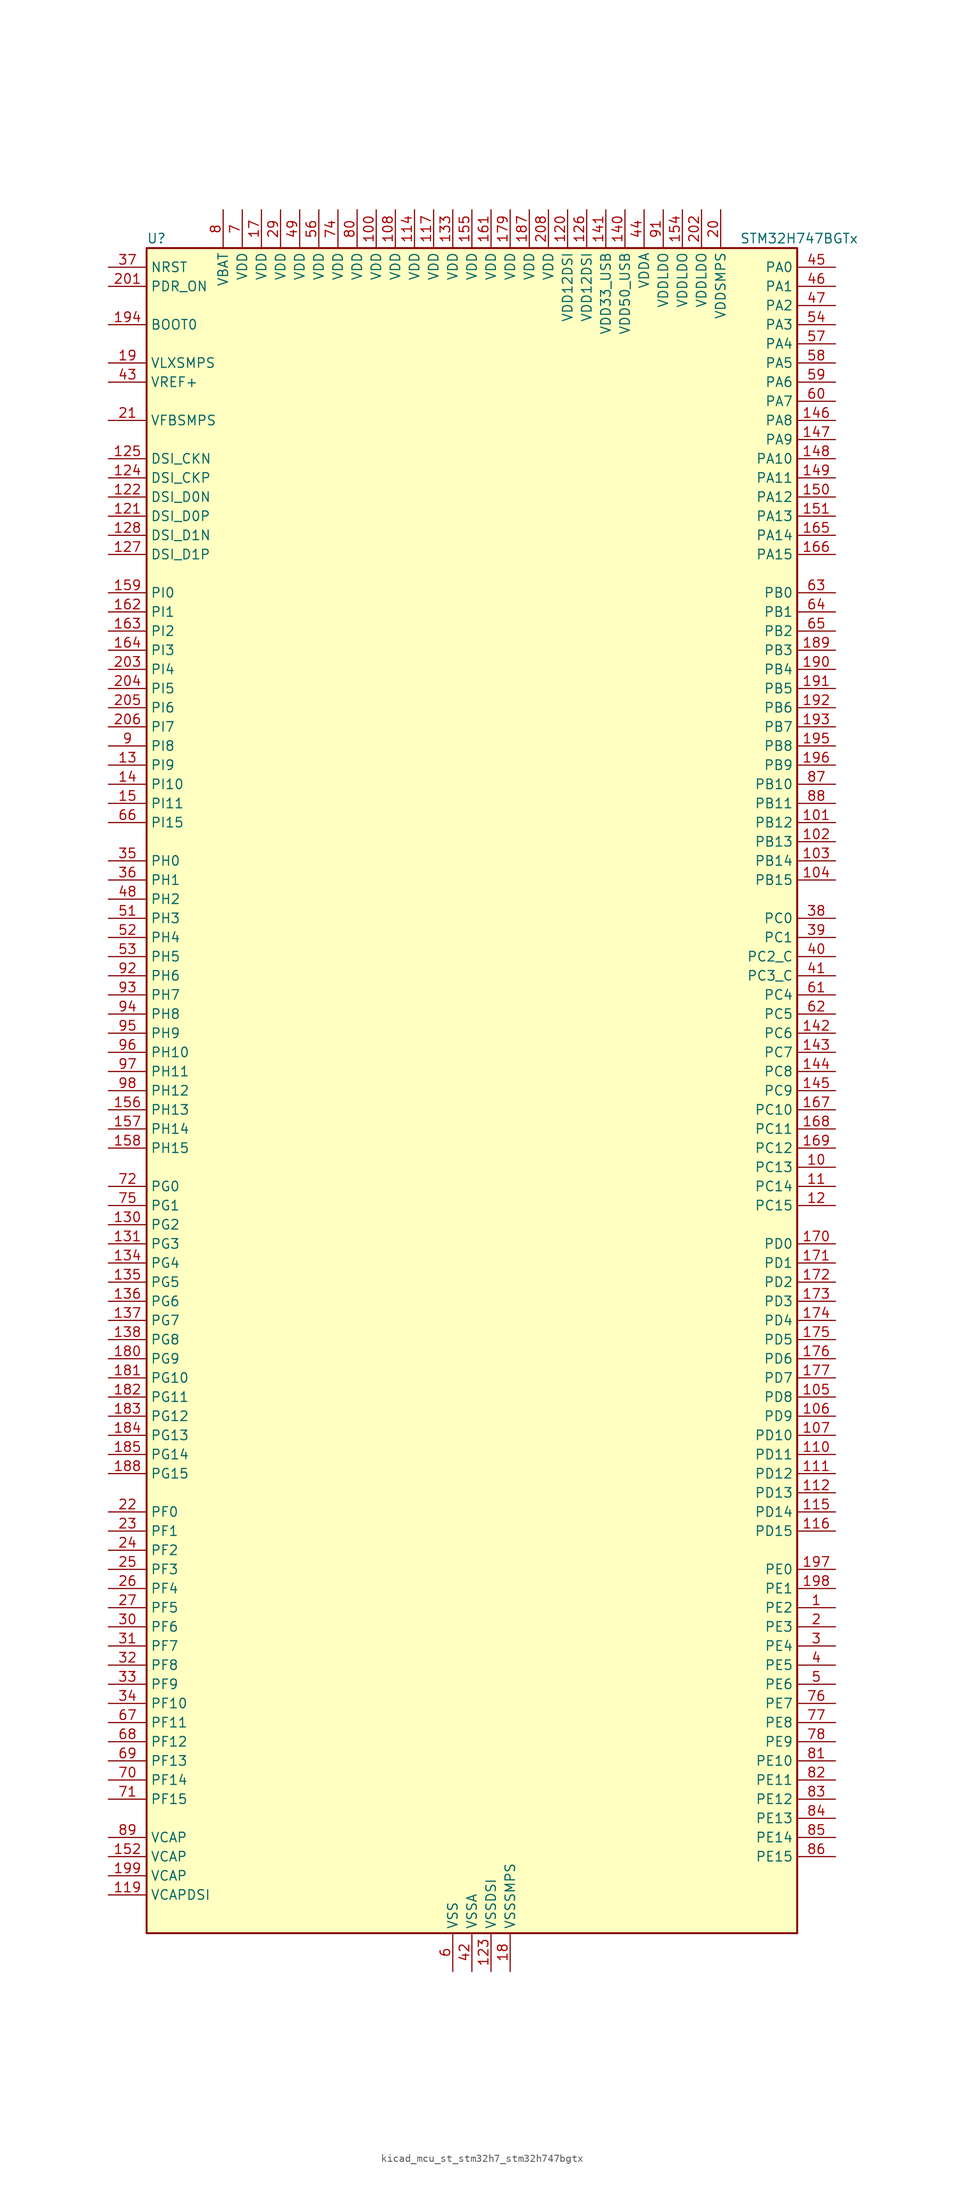
<source format=kicad_sym>
(kicad_symbol_lib
  (version 20220914)
  (generator kicad_symbol_editor)
  (symbol "kicad_mcu_st_stm32h7_stm32h747bgtx"
    (property "Reference" "U"
      (at -43.18 113.03 0)
      (effects (font (size 1.27 1.27)) (justify left)))
    (property "Value" "STM32H747BGTx"
      (at 35.56 113.03 0)
      (effects (font (size 1.27 1.27)) (justify left)))
    (property "ki_locked" ""
      (at 0 0 0)
      (effects (font (size 1.27 1.27))))
    (symbol "kicad_mcu_st_stm32h7_stm32h747bgtx_0_1"
      (rectangle (start -43.18 -111.76) (end 43.18 111.76) (stroke (width 0.254) (type default)) (fill (type background))))
    (symbol "kicad_mcu_st_stm32h7_stm32h747bgtx_1_1"
      (pin bidirectional line (at 48.26 -68.58 180) (length 5.08) (name "PE2" (effects (font (size 1.27 1.27)))) (number "1" (effects (font (size 1.27 1.27)))) (alternate "DEBUG_TRACECLK" bidirectional line) (alternate "ETH_TXD3" bidirectional line) (alternate "FMC_A23" bidirectional line) (alternate "QUADSPI_BK1_IO2" bidirectional line) (alternate "SAI1_CK1" bidirectional line) (alternate "SAI1_MCLK_A" bidirectional line) (alternate "SAI4_CK1" bidirectional line) (alternate "SAI4_MCLK_A" bidirectional line) (alternate "SPI4_SCK" bidirectional line))
      (pin bidirectional line (at 48.26 -10.16 180) (length 5.08) (name "PC13" (effects (font (size 1.27 1.27)))) (number "10" (effects (font (size 1.27 1.27)))) (alternate "PWR_WKUP2" bidirectional line) (alternate "RTC_OUT_ALARM" bidirectional line) (alternate "RTC_OUT_CALIB" bidirectional line) (alternate "RTC_TAMP1" bidirectional line) (alternate "RTC_TS" bidirectional line))
      (pin power_in line (at -12.7 116.84 270) (length 5.08) (name "VDD" (effects (font (size 1.27 1.27)))) (number "100" (effects (font (size 1.27 1.27)))))
      (pin bidirectional line (at 48.26 35.56 180) (length 5.08) (name "PB12" (effects (font (size 1.27 1.27)))) (number "101" (effects (font (size 1.27 1.27)))) (alternate "DFSDM1_DATIN1" bidirectional line) (alternate "ETH_TXD0" bidirectional line) (alternate "FDCAN2_RX" bidirectional line) (alternate "I2C2_SMBA" bidirectional line) (alternate "I2S2_WS" bidirectional line) (alternate "SPI2_NSS" bidirectional line) (alternate "TIM1_BKIN" bidirectional line) (alternate "TIM1_BKIN_COMP1" bidirectional line) (alternate "TIM1_BKIN_COMP2" bidirectional line) (alternate "UART5_RX" bidirectional line) (alternate "USART3_CK" bidirectional line) (alternate "USB_OTG_HS_ID" bidirectional line) (alternate "USB_OTG_HS_ULPI_D5" bidirectional line))
      (pin bidirectional line (at 48.26 33.02 180) (length 5.08) (name "PB13" (effects (font (size 1.27 1.27)))) (number "102" (effects (font (size 1.27 1.27)))) (alternate "DFSDM1_CKIN1" bidirectional line) (alternate "ETH_TXD1" bidirectional line) (alternate "FDCAN2_TX" bidirectional line) (alternate "I2S2_CK" bidirectional line) (alternate "LPTIM2_OUT" bidirectional line) (alternate "SPI2_SCK" bidirectional line) (alternate "TIM1_CH1N" bidirectional line) (alternate "UART5_TX" bidirectional line) (alternate "USART3_CTS" bidirectional line) (alternate "USART3_NSS" bidirectional line) (alternate "USB_OTG_HS_ULPI_D6" bidirectional line) (alternate "USB_OTG_HS_VBUS" bidirectional line))
      (pin bidirectional line (at 48.26 30.48 180) (length 5.08) (name "PB14" (effects (font (size 1.27 1.27)))) (number "103" (effects (font (size 1.27 1.27)))) (alternate "DFSDM1_DATIN2" bidirectional line) (alternate "I2S2_SDI" bidirectional line) (alternate "SDMMC2_D0" bidirectional line) (alternate "SPI2_MISO" bidirectional line) (alternate "TIM12_CH1" bidirectional line) (alternate "TIM1_CH2N" bidirectional line) (alternate "TIM8_CH2N" bidirectional line) (alternate "UART4_DE" bidirectional line) (alternate "UART4_RTS" bidirectional line) (alternate "USART1_TX" bidirectional line) (alternate "USART3_DE" bidirectional line) (alternate "USART3_RTS" bidirectional line) (alternate "USB_OTG_HS_DM" bidirectional line))
      (pin bidirectional line (at 48.26 27.94 180) (length 5.08) (name "PB15" (effects (font (size 1.27 1.27)))) (number "104" (effects (font (size 1.27 1.27)))) (alternate "ADC1_EXTI15" bidirectional line) (alternate "ADC2_EXTI15" bidirectional line) (alternate "ADC3_EXTI15" bidirectional line) (alternate "DFSDM1_CKIN2" bidirectional line) (alternate "I2S2_SDO" bidirectional line) (alternate "RTC_REFIN" bidirectional line) (alternate "SDMMC2_D1" bidirectional line) (alternate "SPI2_MOSI" bidirectional line) (alternate "TIM12_CH2" bidirectional line) (alternate "TIM1_CH3N" bidirectional line) (alternate "TIM8_CH3N" bidirectional line) (alternate "UART4_CTS" bidirectional line) (alternate "USART1_RX" bidirectional line) (alternate "USB_OTG_HS_DP" bidirectional line))
      (pin bidirectional line (at 48.26 -40.64 180) (length 5.08) (name "PD8" (effects (font (size 1.27 1.27)))) (number "105" (effects (font (size 1.27 1.27)))) (alternate "DFSDM1_CKIN3" bidirectional line) (alternate "FMC_D13" bidirectional line) (alternate "FMC_DA13" bidirectional line) (alternate "SAI3_SCK_B" bidirectional line) (alternate "SPDIFRX1_IN1" bidirectional line) (alternate "USART3_TX" bidirectional line))
      (pin bidirectional line (at 48.26 -43.18 180) (length 5.08) (name "PD9" (effects (font (size 1.27 1.27)))) (number "106" (effects (font (size 1.27 1.27)))) (alternate "DAC1_EXTI9" bidirectional line) (alternate "DFSDM1_DATIN3" bidirectional line) (alternate "FMC_D14" bidirectional line) (alternate "FMC_DA14" bidirectional line) (alternate "SAI3_SD_B" bidirectional line) (alternate "USART3_RX" bidirectional line))
      (pin bidirectional line (at 48.26 -45.72 180) (length 5.08) (name "PD10" (effects (font (size 1.27 1.27)))) (number "107" (effects (font (size 1.27 1.27)))) (alternate "DFSDM1_CKOUT" bidirectional line) (alternate "FMC_D15" bidirectional line) (alternate "FMC_DA15" bidirectional line) (alternate "LTDC_B3" bidirectional line) (alternate "SAI3_FS_B" bidirectional line) (alternate "USART3_CK" bidirectional line))
      (pin power_in line (at -10.16 116.84 270) (length 5.08) (name "VDD" (effects (font (size 1.27 1.27)))) (number "108" (effects (font (size 1.27 1.27)))))
      (pin passive line (at -2.54 -116.84 90) (length 5.08) hide (name "VSS" (effects (font (size 1.27 1.27)))) (number "109" (effects (font (size 1.27 1.27)))))
      (pin bidirectional line (at 48.26 -12.7 180) (length 5.08) (name "PC14" (effects (font (size 1.27 1.27)))) (number "11" (effects (font (size 1.27 1.27)))) (alternate "RCC_OSC32_IN" bidirectional line))
      (pin bidirectional line (at 48.26 -48.26 180) (length 5.08) (name "PD11" (effects (font (size 1.27 1.27)))) (number "110" (effects (font (size 1.27 1.27)))) (alternate "ADC1_EXTI11" bidirectional line) (alternate "ADC2_EXTI11" bidirectional line) (alternate "ADC3_EXTI11" bidirectional line) (alternate "FMC_A16" bidirectional line) (alternate "FMC_CLE" bidirectional line) (alternate "I2C4_SMBA" bidirectional line) (alternate "LPTIM2_IN2" bidirectional line) (alternate "QUADSPI_BK1_IO0" bidirectional line) (alternate "SAI2_SD_A" bidirectional line) (alternate "USART3_CTS" bidirectional line) (alternate "USART3_NSS" bidirectional line))
      (pin bidirectional line (at 48.26 -50.8 180) (length 5.08) (name "PD12" (effects (font (size 1.27 1.27)))) (number "111" (effects (font (size 1.27 1.27)))) (alternate "FMC_A17" bidirectional line) (alternate "FMC_ALE" bidirectional line) (alternate "I2C4_SCL" bidirectional line) (alternate "LPTIM1_IN1" bidirectional line) (alternate "LPTIM2_IN1" bidirectional line) (alternate "QUADSPI_BK1_IO1" bidirectional line) (alternate "SAI2_FS_A" bidirectional line) (alternate "TIM4_CH1" bidirectional line) (alternate "USART3_DE" bidirectional line) (alternate "USART3_RTS" bidirectional line))
      (pin bidirectional line (at 48.26 -53.34 180) (length 5.08) (name "PD13" (effects (font (size 1.27 1.27)))) (number "112" (effects (font (size 1.27 1.27)))) (alternate "FMC_A18" bidirectional line) (alternate "I2C4_SDA" bidirectional line) (alternate "LPTIM1_OUT" bidirectional line) (alternate "QUADSPI_BK1_IO3" bidirectional line) (alternate "SAI2_SCK_A" bidirectional line) (alternate "TIM4_CH2" bidirectional line))
      (pin passive line (at -2.54 -116.84 90) (length 5.08) hide (name "VSS" (effects (font (size 1.27 1.27)))) (number "113" (effects (font (size 1.27 1.27)))))
      (pin power_in line (at -7.62 116.84 270) (length 5.08) (name "VDD" (effects (font (size 1.27 1.27)))) (number "114" (effects (font (size 1.27 1.27)))))
      (pin bidirectional line (at 48.26 -55.88 180) (length 5.08) (name "PD14" (effects (font (size 1.27 1.27)))) (number "115" (effects (font (size 1.27 1.27)))) (alternate "FMC_D0" bidirectional line) (alternate "FMC_DA0" bidirectional line) (alternate "SAI3_MCLK_B" bidirectional line) (alternate "TIM4_CH3" bidirectional line) (alternate "UART8_CTS" bidirectional line))
      (pin bidirectional line (at 48.26 -58.42 180) (length 5.08) (name "PD15" (effects (font (size 1.27 1.27)))) (number "116" (effects (font (size 1.27 1.27)))) (alternate "ADC1_EXTI15" bidirectional line) (alternate "ADC2_EXTI15" bidirectional line) (alternate "ADC3_EXTI15" bidirectional line) (alternate "FMC_D1" bidirectional line) (alternate "FMC_DA1" bidirectional line) (alternate "SAI3_MCLK_A" bidirectional line) (alternate "TIM4_CH4" bidirectional line) (alternate "UART8_DE" bidirectional line) (alternate "UART8_RTS" bidirectional line))
      (pin power_in line (at -5.08 116.84 270) (length 5.08) (name "VDD" (effects (font (size 1.27 1.27)))) (number "117" (effects (font (size 1.27 1.27)))))
      (pin passive line (at -2.54 -116.84 90) (length 5.08) hide (name "VSS" (effects (font (size 1.27 1.27)))) (number "118" (effects (font (size 1.27 1.27)))))
      (pin power_out line (at -48.26 -106.68 0) (length 5.08) (name "VCAPDSI" (effects (font (size 1.27 1.27)))) (number "119" (effects (font (size 1.27 1.27)))))
      (pin bidirectional line (at 48.26 -15.24 180) (length 5.08) (name "PC15" (effects (font (size 1.27 1.27)))) (number "12" (effects (font (size 1.27 1.27)))) (alternate "ADC1_EXTI15" bidirectional line) (alternate "ADC2_EXTI15" bidirectional line) (alternate "ADC3_EXTI15" bidirectional line) (alternate "RCC_OSC32_OUT" bidirectional line))
      (pin power_in line (at 12.7 116.84 270) (length 5.08) (name "VDD12DSI" (effects (font (size 1.27 1.27)))) (number "120" (effects (font (size 1.27 1.27)))))
      (pin bidirectional line (at -48.26 76.2 0) (length 5.08) (name "DSI_D0P" (effects (font (size 1.27 1.27)))) (number "121" (effects (font (size 1.27 1.27)))) (alternate "DSIHOST_D0P" bidirectional line))
      (pin bidirectional line (at -48.26 78.74 0) (length 5.08) (name "DSI_D0N" (effects (font (size 1.27 1.27)))) (number "122" (effects (font (size 1.27 1.27)))) (alternate "DSIHOST_D0N" bidirectional line))
      (pin power_in line (at 2.54 -116.84 90) (length 5.08) (name "VSSDSI" (effects (font (size 1.27 1.27)))) (number "123" (effects (font (size 1.27 1.27)))))
      (pin bidirectional line (at -48.26 81.28 0) (length 5.08) (name "DSI_CKP" (effects (font (size 1.27 1.27)))) (number "124" (effects (font (size 1.27 1.27)))) (alternate "DSIHOST_CKP" bidirectional line))
      (pin bidirectional line (at -48.26 83.82 0) (length 5.08) (name "DSI_CKN" (effects (font (size 1.27 1.27)))) (number "125" (effects (font (size 1.27 1.27)))) (alternate "DSIHOST_CKN" bidirectional line))
      (pin power_in line (at 15.24 116.84 270) (length 5.08) (name "VDD12DSI" (effects (font (size 1.27 1.27)))) (number "126" (effects (font (size 1.27 1.27)))))
      (pin bidirectional line (at -48.26 71.12 0) (length 5.08) (name "DSI_D1P" (effects (font (size 1.27 1.27)))) (number "127" (effects (font (size 1.27 1.27)))) (alternate "DSIHOST_D1P" bidirectional line))
      (pin bidirectional line (at -48.26 73.66 0) (length 5.08) (name "DSI_D1N" (effects (font (size 1.27 1.27)))) (number "128" (effects (font (size 1.27 1.27)))) (alternate "DSIHOST_D1N" bidirectional line))
      (pin passive line (at 2.54 -116.84 90) (length 5.08) hide (name "VSSDSI" (effects (font (size 1.27 1.27)))) (number "129" (effects (font (size 1.27 1.27)))))
      (pin bidirectional line (at -48.26 43.18 0) (length 5.08) (name "PI9" (effects (font (size 1.27 1.27)))) (number "13" (effects (font (size 1.27 1.27)))) (alternate "DAC1_EXTI9" bidirectional line) (alternate "FDCAN1_RX" bidirectional line) (alternate "FMC_D30" bidirectional line) (alternate "LTDC_VSYNC" bidirectional line) (alternate "UART4_RX" bidirectional line))
      (pin bidirectional line (at -48.26 -17.78 0) (length 5.08) (name "PG2" (effects (font (size 1.27 1.27)))) (number "130" (effects (font (size 1.27 1.27)))) (alternate "FMC_A12" bidirectional line) (alternate "TIM8_BKIN" bidirectional line) (alternate "TIM8_BKIN_COMP1" bidirectional line) (alternate "TIM8_BKIN_COMP2" bidirectional line))
      (pin bidirectional line (at -48.26 -20.32 0) (length 5.08) (name "PG3" (effects (font (size 1.27 1.27)))) (number "131" (effects (font (size 1.27 1.27)))) (alternate "FMC_A13" bidirectional line) (alternate "TIM8_BKIN2" bidirectional line) (alternate "TIM8_BKIN2_COMP1" bidirectional line) (alternate "TIM8_BKIN2_COMP2" bidirectional line))
      (pin passive line (at -2.54 -116.84 90) (length 5.08) hide (name "VSS" (effects (font (size 1.27 1.27)))) (number "132" (effects (font (size 1.27 1.27)))))
      (pin power_in line (at -2.54 116.84 270) (length 5.08) (name "VDD" (effects (font (size 1.27 1.27)))) (number "133" (effects (font (size 1.27 1.27)))))
      (pin bidirectional line (at -48.26 -22.86 0) (length 5.08) (name "PG4" (effects (font (size 1.27 1.27)))) (number "134" (effects (font (size 1.27 1.27)))) (alternate "FMC_A14" bidirectional line) (alternate "FMC_BA0" bidirectional line) (alternate "TIM1_BKIN2" bidirectional line) (alternate "TIM1_BKIN2_COMP1" bidirectional line) (alternate "TIM1_BKIN2_COMP2" bidirectional line))
      (pin bidirectional line (at -48.26 -25.4 0) (length 5.08) (name "PG5" (effects (font (size 1.27 1.27)))) (number "135" (effects (font (size 1.27 1.27)))) (alternate "FMC_A15" bidirectional line) (alternate "FMC_BA1" bidirectional line) (alternate "TIM1_ETR" bidirectional line))
      (pin bidirectional line (at -48.26 -27.94 0) (length 5.08) (name "PG6" (effects (font (size 1.27 1.27)))) (number "136" (effects (font (size 1.27 1.27)))) (alternate "DCMI_D12" bidirectional line) (alternate "FMC_NE3" bidirectional line) (alternate "HRTIM_CHE1" bidirectional line) (alternate "LTDC_R7" bidirectional line) (alternate "QUADSPI_BK1_NCS" bidirectional line) (alternate "TIM17_BKIN" bidirectional line))
      (pin bidirectional line (at -48.26 -30.48 0) (length 5.08) (name "PG7" (effects (font (size 1.27 1.27)))) (number "137" (effects (font (size 1.27 1.27)))) (alternate "DCMI_D13" bidirectional line) (alternate "FMC_INT" bidirectional line) (alternate "HRTIM_CHE2" bidirectional line) (alternate "LTDC_CLK" bidirectional line) (alternate "SAI1_MCLK_A" bidirectional line) (alternate "USART6_CK" bidirectional line))
      (pin bidirectional line (at -48.26 -33.02 0) (length 5.08) (name "PG8" (effects (font (size 1.27 1.27)))) (number "138" (effects (font (size 1.27 1.27)))) (alternate "ETH_PPS_OUT" bidirectional line) (alternate "FMC_SDCLK" bidirectional line) (alternate "LTDC_G7" bidirectional line) (alternate "SPDIFRX1_IN2" bidirectional line) (alternate "SPI6_NSS" bidirectional line) (alternate "TIM8_ETR" bidirectional line) (alternate "USART6_DE" bidirectional line) (alternate "USART6_RTS" bidirectional line))
      (pin passive line (at -2.54 -116.84 90) (length 5.08) hide (name "VSS" (effects (font (size 1.27 1.27)))) (number "139" (effects (font (size 1.27 1.27)))))
      (pin bidirectional line (at -48.26 40.64 0) (length 5.08) (name "PI10" (effects (font (size 1.27 1.27)))) (number "14" (effects (font (size 1.27 1.27)))) (alternate "ETH_RX_ER" bidirectional line) (alternate "FMC_D31" bidirectional line) (alternate "LTDC_HSYNC" bidirectional line))
      (pin power_in line (at 20.32 116.84 270) (length 5.08) (name "VDD50_USB" (effects (font (size 1.27 1.27)))) (number "140" (effects (font (size 1.27 1.27)))))
      (pin power_in line (at 17.78 116.84 270) (length 5.08) (name "VDD33_USB" (effects (font (size 1.27 1.27)))) (number "141" (effects (font (size 1.27 1.27)))))
      (pin bidirectional line (at 48.26 7.62 180) (length 5.08) (name "PC6" (effects (font (size 1.27 1.27)))) (number "142" (effects (font (size 1.27 1.27)))) (alternate "DCMI_D0" bidirectional line) (alternate "DFSDM1_CKIN3" bidirectional line) (alternate "FMC_NWAIT" bidirectional line) (alternate "HRTIM_CHA1" bidirectional line) (alternate "I2S2_MCK" bidirectional line) (alternate "LTDC_HSYNC" bidirectional line) (alternate "SDMMC1_D0DIR" bidirectional line) (alternate "SDMMC1_D6" bidirectional line) (alternate "SDMMC2_D6" bidirectional line) (alternate "SWPMI1_IO" bidirectional line) (alternate "TIM3_CH1" bidirectional line) (alternate "TIM8_CH1" bidirectional line) (alternate "USART6_TX" bidirectional line))
      (pin bidirectional line (at 48.26 5.08 180) (length 5.08) (name "PC7" (effects (font (size 1.27 1.27)))) (number "143" (effects (font (size 1.27 1.27)))) (alternate "DCMI_D1" bidirectional line) (alternate "DEBUG_TRGIO" bidirectional line) (alternate "DFSDM1_DATIN3" bidirectional line) (alternate "FMC_NE1" bidirectional line) (alternate "HRTIM_CHA2" bidirectional line) (alternate "I2S3_MCK" bidirectional line) (alternate "LTDC_G6" bidirectional line) (alternate "SDMMC1_D123DIR" bidirectional line) (alternate "SDMMC1_D7" bidirectional line) (alternate "SDMMC2_D7" bidirectional line) (alternate "SWPMI1_TX" bidirectional line) (alternate "TIM3_CH2" bidirectional line) (alternate "TIM8_CH2" bidirectional line) (alternate "USART6_RX" bidirectional line))
      (pin bidirectional line (at 48.26 2.54 180) (length 5.08) (name "PC8" (effects (font (size 1.27 1.27)))) (number "144" (effects (font (size 1.27 1.27)))) (alternate "DCMI_D2" bidirectional line) (alternate "DEBUG_TRACED1" bidirectional line) (alternate "FMC_NCE" bidirectional line) (alternate "FMC_NE2" bidirectional line) (alternate "HRTIM_CHB1" bidirectional line) (alternate "SDMMC1_D0" bidirectional line) (alternate "SWPMI1_RX" bidirectional line) (alternate "TIM3_CH3" bidirectional line) (alternate "TIM8_CH3" bidirectional line) (alternate "UART5_DE" bidirectional line) (alternate "UART5_RTS" bidirectional line) (alternate "USART6_CK" bidirectional line))
      (pin bidirectional line (at 48.26 0 180) (length 5.08) (name "PC9" (effects (font (size 1.27 1.27)))) (number "145" (effects (font (size 1.27 1.27)))) (alternate "DAC1_EXTI9" bidirectional line) (alternate "DCMI_D3" bidirectional line) (alternate "I2C3_SDA" bidirectional line) (alternate "I2S_CKIN" bidirectional line) (alternate "LTDC_B2" bidirectional line) (alternate "LTDC_G3" bidirectional line) (alternate "QUADSPI_BK1_IO0" bidirectional line) (alternate "RCC_MCO_2" bidirectional line) (alternate "SDMMC1_D1" bidirectional line) (alternate "SWPMI1_SUSPEND" bidirectional line) (alternate "TIM3_CH4" bidirectional line) (alternate "TIM8_CH4" bidirectional line) (alternate "UART5_CTS" bidirectional line))
      (pin bidirectional line (at 48.26 88.9 180) (length 5.08) (name "PA8" (effects (font (size 1.27 1.27)))) (number "146" (effects (font (size 1.27 1.27)))) (alternate "HRTIM_CHB2" bidirectional line) (alternate "I2C3_SCL" bidirectional line) (alternate "LTDC_B3" bidirectional line) (alternate "LTDC_R6" bidirectional line) (alternate "RCC_MCO_1" bidirectional line) (alternate "TIM1_CH1" bidirectional line) (alternate "TIM8_BKIN2" bidirectional line) (alternate "TIM8_BKIN2_COMP1" bidirectional line) (alternate "TIM8_BKIN2_COMP2" bidirectional line) (alternate "UART7_RX" bidirectional line) (alternate "USART1_CK" bidirectional line) (alternate "USB_OTG_FS_SOF" bidirectional line))
      (pin bidirectional line (at 48.26 86.36 180) (length 5.08) (name "PA9" (effects (font (size 1.27 1.27)))) (number "147" (effects (font (size 1.27 1.27)))) (alternate "DAC1_EXTI9" bidirectional line) (alternate "DCMI_D0" bidirectional line) (alternate "HRTIM_CHC1" bidirectional line) (alternate "I2C3_SMBA" bidirectional line) (alternate "I2S2_CK" bidirectional line) (alternate "LPUART1_TX" bidirectional line) (alternate "LTDC_R5" bidirectional line) (alternate "SPI2_SCK" bidirectional line) (alternate "TIM1_CH2" bidirectional line) (alternate "USART1_TX" bidirectional line) (alternate "USB_OTG_FS_VBUS" bidirectional line))
      (pin bidirectional line (at 48.26 83.82 180) (length 5.08) (name "PA10" (effects (font (size 1.27 1.27)))) (number "148" (effects (font (size 1.27 1.27)))) (alternate "DCMI_D1" bidirectional line) (alternate "HRTIM_CHC2" bidirectional line) (alternate "LPUART1_RX" bidirectional line) (alternate "LTDC_B1" bidirectional line) (alternate "LTDC_B4" bidirectional line) (alternate "MDIOS_MDIO" bidirectional line) (alternate "TIM1_CH3" bidirectional line) (alternate "USART1_RX" bidirectional line) (alternate "USB_OTG_FS_ID" bidirectional line))
      (pin bidirectional line (at 48.26 81.28 180) (length 5.08) (name "PA11" (effects (font (size 1.27 1.27)))) (number "149" (effects (font (size 1.27 1.27)))) (alternate "ADC1_EXTI11" bidirectional line) (alternate "ADC2_EXTI11" bidirectional line) (alternate "ADC3_EXTI11" bidirectional line) (alternate "FDCAN1_RX" bidirectional line) (alternate "HRTIM_CHD1" bidirectional line) (alternate "I2S2_WS" bidirectional line) (alternate "LPUART1_CTS" bidirectional line) (alternate "LTDC_R4" bidirectional line) (alternate "SPI2_NSS" bidirectional line) (alternate "TIM1_CH4" bidirectional line) (alternate "UART4_RX" bidirectional line) (alternate "USART1_CTS" bidirectional line) (alternate "USART1_NSS" bidirectional line) (alternate "USB_OTG_FS_DM" bidirectional line))
      (pin bidirectional line (at -48.26 38.1 0) (length 5.08) (name "PI11" (effects (font (size 1.27 1.27)))) (number "15" (effects (font (size 1.27 1.27)))) (alternate "ADC1_EXTI11" bidirectional line) (alternate "ADC2_EXTI11" bidirectional line) (alternate "ADC3_EXTI11" bidirectional line) (alternate "LTDC_G6" bidirectional line) (alternate "PWR_WKUP4" bidirectional line) (alternate "USB_OTG_HS_ULPI_DIR" bidirectional line))
      (pin bidirectional line (at 48.26 78.74 180) (length 5.08) (name "PA12" (effects (font (size 1.27 1.27)))) (number "150" (effects (font (size 1.27 1.27)))) (alternate "FDCAN1_TX" bidirectional line) (alternate "HRTIM_CHD2" bidirectional line) (alternate "I2S2_CK" bidirectional line) (alternate "LPUART1_DE" bidirectional line) (alternate "LPUART1_RTS" bidirectional line) (alternate "LTDC_R5" bidirectional line) (alternate "SAI2_FS_B" bidirectional line) (alternate "SPI2_SCK" bidirectional line) (alternate "TIM1_ETR" bidirectional line) (alternate "UART4_TX" bidirectional line) (alternate "USART1_DE" bidirectional line) (alternate "USART1_RTS" bidirectional line) (alternate "USB_OTG_FS_DP" bidirectional line))
      (pin bidirectional line (at 48.26 76.2 180) (length 5.08) (name "PA13" (effects (font (size 1.27 1.27)))) (number "151" (effects (font (size 1.27 1.27)))) (alternate "DEBUG_JTMS-SWDIO" bidirectional line))
      (pin power_out line (at -48.26 -101.6 0) (length 5.08) (name "VCAP" (effects (font (size 1.27 1.27)))) (number "152" (effects (font (size 1.27 1.27)))))
      (pin passive line (at -2.54 -116.84 90) (length 5.08) hide (name "VSS" (effects (font (size 1.27 1.27)))) (number "153" (effects (font (size 1.27 1.27)))))
      (pin power_in line (at 27.94 116.84 270) (length 5.08) (name "VDDLDO" (effects (font (size 1.27 1.27)))) (number "154" (effects (font (size 1.27 1.27)))))
      (pin power_in line (at 0 116.84 270) (length 5.08) (name "VDD" (effects (font (size 1.27 1.27)))) (number "155" (effects (font (size 1.27 1.27)))))
      (pin bidirectional line (at -48.26 -2.54 0) (length 5.08) (name "PH13" (effects (font (size 1.27 1.27)))) (number "156" (effects (font (size 1.27 1.27)))) (alternate "FDCAN1_TX" bidirectional line) (alternate "FMC_D21" bidirectional line) (alternate "LTDC_G2" bidirectional line) (alternate "TIM8_CH1N" bidirectional line) (alternate "UART4_TX" bidirectional line))
      (pin bidirectional line (at -48.26 -5.08 0) (length 5.08) (name "PH14" (effects (font (size 1.27 1.27)))) (number "157" (effects (font (size 1.27 1.27)))) (alternate "DCMI_D4" bidirectional line) (alternate "FDCAN1_RX" bidirectional line) (alternate "FMC_D22" bidirectional line) (alternate "LTDC_G3" bidirectional line) (alternate "TIM8_CH2N" bidirectional line) (alternate "UART4_RX" bidirectional line))
      (pin bidirectional line (at -48.26 -7.62 0) (length 5.08) (name "PH15" (effects (font (size 1.27 1.27)))) (number "158" (effects (font (size 1.27 1.27)))) (alternate "ADC1_EXTI15" bidirectional line) (alternate "ADC2_EXTI15" bidirectional line) (alternate "ADC3_EXTI15" bidirectional line) (alternate "DCMI_D11" bidirectional line) (alternate "FMC_D23" bidirectional line) (alternate "LTDC_G4" bidirectional line) (alternate "TIM8_CH3N" bidirectional line))
      (pin bidirectional line (at -48.26 66.04 0) (length 5.08) (name "PI0" (effects (font (size 1.27 1.27)))) (number "159" (effects (font (size 1.27 1.27)))) (alternate "DCMI_D13" bidirectional line) (alternate "FMC_D24" bidirectional line) (alternate "I2S2_WS" bidirectional line) (alternate "LTDC_G5" bidirectional line) (alternate "SPI2_NSS" bidirectional line) (alternate "TIM5_CH4" bidirectional line))
      (pin passive line (at -2.54 -116.84 90) (length 5.08) hide (name "VSS" (effects (font (size 1.27 1.27)))) (number "16" (effects (font (size 1.27 1.27)))))
      (pin passive line (at -2.54 -116.84 90) (length 5.08) hide (name "VSS" (effects (font (size 1.27 1.27)))) (number "160" (effects (font (size 1.27 1.27)))))
      (pin power_in line (at 2.54 116.84 270) (length 5.08) (name "VDD" (effects (font (size 1.27 1.27)))) (number "161" (effects (font (size 1.27 1.27)))))
      (pin bidirectional line (at -48.26 63.5 0) (length 5.08) (name "PI1" (effects (font (size 1.27 1.27)))) (number "162" (effects (font (size 1.27 1.27)))) (alternate "DCMI_D8" bidirectional line) (alternate "FMC_D25" bidirectional line) (alternate "I2S2_CK" bidirectional line) (alternate "LTDC_G6" bidirectional line) (alternate "SPI2_SCK" bidirectional line) (alternate "TIM8_BKIN2" bidirectional line) (alternate "TIM8_BKIN2_COMP1" bidirectional line) (alternate "TIM8_BKIN2_COMP2" bidirectional line))
      (pin bidirectional line (at -48.26 60.96 0) (length 5.08) (name "PI2" (effects (font (size 1.27 1.27)))) (number "163" (effects (font (size 1.27 1.27)))) (alternate "DCMI_D9" bidirectional line) (alternate "FMC_D26" bidirectional line) (alternate "I2S2_SDI" bidirectional line) (alternate "LTDC_G7" bidirectional line) (alternate "SPI2_MISO" bidirectional line) (alternate "TIM8_CH4" bidirectional line))
      (pin bidirectional line (at -48.26 58.42 0) (length 5.08) (name "PI3" (effects (font (size 1.27 1.27)))) (number "164" (effects (font (size 1.27 1.27)))) (alternate "DCMI_D10" bidirectional line) (alternate "FMC_D27" bidirectional line) (alternate "I2S2_SDO" bidirectional line) (alternate "SPI2_MOSI" bidirectional line) (alternate "TIM8_ETR" bidirectional line))
      (pin bidirectional line (at 48.26 73.66 180) (length 5.08) (name "PA14" (effects (font (size 1.27 1.27)))) (number "165" (effects (font (size 1.27 1.27)))) (alternate "DEBUG_JTCK-SWCLK" bidirectional line))
      (pin bidirectional line (at 48.26 71.12 180) (length 5.08) (name "PA15" (effects (font (size 1.27 1.27)))) (number "166" (effects (font (size 1.27 1.27)))) (alternate "ADC1_EXTI15" bidirectional line) (alternate "ADC2_EXTI15" bidirectional line) (alternate "ADC3_EXTI15" bidirectional line) (alternate "CEC" bidirectional line) (alternate "DEBUG_JTDI" bidirectional line) (alternate "DSIHOST_TE" bidirectional line) (alternate "HRTIM_FLT1" bidirectional line) (alternate "I2S1_WS" bidirectional line) (alternate "I2S3_WS" bidirectional line) (alternate "SPI1_NSS" bidirectional line) (alternate "SPI3_NSS" bidirectional line) (alternate "SPI6_NSS" bidirectional line) (alternate "TIM2_CH1" bidirectional line) (alternate "TIM2_ETR" bidirectional line) (alternate "UART4_DE" bidirectional line) (alternate "UART4_RTS" bidirectional line) (alternate "UART7_TX" bidirectional line))
      (pin bidirectional line (at 48.26 -2.54 180) (length 5.08) (name "PC10" (effects (font (size 1.27 1.27)))) (number "167" (effects (font (size 1.27 1.27)))) (alternate "DCMI_D8" bidirectional line) (alternate "DFSDM1_CKIN5" bidirectional line) (alternate "HRTIM_EEV1" bidirectional line) (alternate "I2S3_CK" bidirectional line) (alternate "LTDC_R2" bidirectional line) (alternate "QUADSPI_BK1_IO1" bidirectional line) (alternate "SDMMC1_D2" bidirectional line) (alternate "SPI3_SCK" bidirectional line) (alternate "UART4_TX" bidirectional line) (alternate "USART3_TX" bidirectional line))
      (pin bidirectional line (at 48.26 -5.08 180) (length 5.08) (name "PC11" (effects (font (size 1.27 1.27)))) (number "168" (effects (font (size 1.27 1.27)))) (alternate "ADC1_EXTI11" bidirectional line) (alternate "ADC2_EXTI11" bidirectional line) (alternate "ADC3_EXTI11" bidirectional line) (alternate "DCMI_D4" bidirectional line) (alternate "DFSDM1_DATIN5" bidirectional line) (alternate "HRTIM_FLT2" bidirectional line) (alternate "I2S3_SDI" bidirectional line) (alternate "QUADSPI_BK2_NCS" bidirectional line) (alternate "SDMMC1_D3" bidirectional line) (alternate "SPI3_MISO" bidirectional line) (alternate "UART4_RX" bidirectional line) (alternate "USART3_RX" bidirectional line))
      (pin bidirectional line (at 48.26 -7.62 180) (length 5.08) (name "PC12" (effects (font (size 1.27 1.27)))) (number "169" (effects (font (size 1.27 1.27)))) (alternate "DCMI_D9" bidirectional line) (alternate "DEBUG_TRACED3" bidirectional line) (alternate "HRTIM_EEV2" bidirectional line) (alternate "I2S3_SDO" bidirectional line) (alternate "SDMMC1_CK" bidirectional line) (alternate "SPI3_MOSI" bidirectional line) (alternate "UART5_TX" bidirectional line) (alternate "USART3_CK" bidirectional line))
      (pin power_in line (at -27.94 116.84 270) (length 5.08) (name "VDD" (effects (font (size 1.27 1.27)))) (number "17" (effects (font (size 1.27 1.27)))))
      (pin bidirectional line (at 48.26 -20.32 180) (length 5.08) (name "PD0" (effects (font (size 1.27 1.27)))) (number "170" (effects (font (size 1.27 1.27)))) (alternate "DFSDM1_CKIN6" bidirectional line) (alternate "FDCAN1_RX" bidirectional line) (alternate "FMC_D2" bidirectional line) (alternate "FMC_DA2" bidirectional line) (alternate "SAI3_SCK_A" bidirectional line) (alternate "UART4_RX" bidirectional line))
      (pin bidirectional line (at 48.26 -22.86 180) (length 5.08) (name "PD1" (effects (font (size 1.27 1.27)))) (number "171" (effects (font (size 1.27 1.27)))) (alternate "DFSDM1_DATIN6" bidirectional line) (alternate "FDCAN1_TX" bidirectional line) (alternate "FMC_D3" bidirectional line) (alternate "FMC_DA3" bidirectional line) (alternate "SAI3_SD_A" bidirectional line) (alternate "UART4_TX" bidirectional line))
      (pin bidirectional line (at 48.26 -25.4 180) (length 5.08) (name "PD2" (effects (font (size 1.27 1.27)))) (number "172" (effects (font (size 1.27 1.27)))) (alternate "DCMI_D11" bidirectional line) (alternate "DEBUG_TRACED2" bidirectional line) (alternate "SDMMC1_CMD" bidirectional line) (alternate "TIM3_ETR" bidirectional line) (alternate "UART5_RX" bidirectional line))
      (pin bidirectional line (at 48.26 -27.94 180) (length 5.08) (name "PD3" (effects (font (size 1.27 1.27)))) (number "173" (effects (font (size 1.27 1.27)))) (alternate "DCMI_D5" bidirectional line) (alternate "DFSDM1_CKOUT" bidirectional line) (alternate "FMC_CLK" bidirectional line) (alternate "I2S2_CK" bidirectional line) (alternate "LTDC_G7" bidirectional line) (alternate "SPI2_SCK" bidirectional line) (alternate "USART2_CTS" bidirectional line) (alternate "USART2_NSS" bidirectional line))
      (pin bidirectional line (at 48.26 -30.48 180) (length 5.08) (name "PD4" (effects (font (size 1.27 1.27)))) (number "174" (effects (font (size 1.27 1.27)))) (alternate "FMC_NOE" bidirectional line) (alternate "HRTIM_FLT3" bidirectional line) (alternate "SAI3_FS_A" bidirectional line) (alternate "USART2_DE" bidirectional line) (alternate "USART2_RTS" bidirectional line))
      (pin bidirectional line (at 48.26 -33.02 180) (length 5.08) (name "PD5" (effects (font (size 1.27 1.27)))) (number "175" (effects (font (size 1.27 1.27)))) (alternate "FMC_NWE" bidirectional line) (alternate "HRTIM_EEV3" bidirectional line) (alternate "USART2_TX" bidirectional line))
      (pin bidirectional line (at 48.26 -35.56 180) (length 5.08) (name "PD6" (effects (font (size 1.27 1.27)))) (number "176" (effects (font (size 1.27 1.27)))) (alternate "DCMI_D10" bidirectional line) (alternate "DFSDM1_CKIN4" bidirectional line) (alternate "DFSDM1_DATIN1" bidirectional line) (alternate "FMC_NWAIT" bidirectional line) (alternate "I2S3_SDO" bidirectional line) (alternate "LTDC_B2" bidirectional line) (alternate "SAI1_D1" bidirectional line) (alternate "SAI1_SD_A" bidirectional line) (alternate "SAI4_D1" bidirectional line) (alternate "SAI4_SD_A" bidirectional line) (alternate "SDMMC2_CK" bidirectional line) (alternate "SPI3_MOSI" bidirectional line) (alternate "USART2_RX" bidirectional line))
      (pin bidirectional line (at 48.26 -38.1 180) (length 5.08) (name "PD7" (effects (font (size 1.27 1.27)))) (number "177" (effects (font (size 1.27 1.27)))) (alternate "DFSDM1_CKIN1" bidirectional line) (alternate "DFSDM1_DATIN4" bidirectional line) (alternate "FMC_NE1" bidirectional line) (alternate "I2S1_SDO" bidirectional line) (alternate "SDMMC2_CMD" bidirectional line) (alternate "SPDIFRX1_IN0" bidirectional line) (alternate "SPI1_MOSI" bidirectional line) (alternate "USART2_CK" bidirectional line))
      (pin passive line (at -2.54 -116.84 90) (length 5.08) hide (name "VSS" (effects (font (size 1.27 1.27)))) (number "178" (effects (font (size 1.27 1.27)))))
      (pin power_in line (at 5.08 116.84 270) (length 5.08) (name "VDD" (effects (font (size 1.27 1.27)))) (number "179" (effects (font (size 1.27 1.27)))))
      (pin power_in line (at 5.08 -116.84 90) (length 5.08) (name "VSSSMPS" (effects (font (size 1.27 1.27)))) (number "18" (effects (font (size 1.27 1.27)))))
      (pin bidirectional line (at -48.26 -35.56 0) (length 5.08) (name "PG9" (effects (font (size 1.27 1.27)))) (number "180" (effects (font (size 1.27 1.27)))) (alternate "DAC1_EXTI9" bidirectional line) (alternate "DCMI_VSYNC" bidirectional line) (alternate "FMC_NCE" bidirectional line) (alternate "FMC_NE2" bidirectional line) (alternate "I2S1_SDI" bidirectional line) (alternate "QUADSPI_BK2_IO2" bidirectional line) (alternate "SAI2_FS_B" bidirectional line) (alternate "SPDIFRX1_IN3" bidirectional line) (alternate "SPI1_MISO" bidirectional line) (alternate "USART6_RX" bidirectional line))
      (pin bidirectional line (at -48.26 -38.1 0) (length 5.08) (name "PG10" (effects (font (size 1.27 1.27)))) (number "181" (effects (font (size 1.27 1.27)))) (alternate "DCMI_D2" bidirectional line) (alternate "FMC_NE3" bidirectional line) (alternate "HRTIM_FLT5" bidirectional line) (alternate "I2S1_WS" bidirectional line) (alternate "LTDC_B2" bidirectional line) (alternate "LTDC_G3" bidirectional line) (alternate "SAI2_SD_B" bidirectional line) (alternate "SPI1_NSS" bidirectional line))
      (pin bidirectional line (at -48.26 -40.64 0) (length 5.08) (name "PG11" (effects (font (size 1.27 1.27)))) (number "182" (effects (font (size 1.27 1.27)))) (alternate "ADC1_EXTI11" bidirectional line) (alternate "ADC2_EXTI11" bidirectional line) (alternate "ADC3_EXTI11" bidirectional line) (alternate "DCMI_D3" bidirectional line) (alternate "ETH_TX_EN" bidirectional line) (alternate "HRTIM_EEV4" bidirectional line) (alternate "I2S1_CK" bidirectional line) (alternate "LPTIM1_IN2" bidirectional line) (alternate "LTDC_B3" bidirectional line) (alternate "SDMMC2_D2" bidirectional line) (alternate "SPDIFRX1_IN0" bidirectional line) (alternate "SPI1_SCK" bidirectional line))
      (pin bidirectional line (at -48.26 -43.18 0) (length 5.08) (name "PG12" (effects (font (size 1.27 1.27)))) (number "183" (effects (font (size 1.27 1.27)))) (alternate "ETH_TXD1" bidirectional line) (alternate "FMC_NE4" bidirectional line) (alternate "HRTIM_EEV5" bidirectional line) (alternate "LPTIM1_IN1" bidirectional line) (alternate "LTDC_B1" bidirectional line) (alternate "LTDC_B4" bidirectional line) (alternate "SPDIFRX1_IN1" bidirectional line) (alternate "SPI6_MISO" bidirectional line) (alternate "USART6_DE" bidirectional line) (alternate "USART6_RTS" bidirectional line))
      (pin bidirectional line (at -48.26 -45.72 0) (length 5.08) (name "PG13" (effects (font (size 1.27 1.27)))) (number "184" (effects (font (size 1.27 1.27)))) (alternate "DEBUG_TRACED0" bidirectional line) (alternate "ETH_TXD0" bidirectional line) (alternate "FMC_A24" bidirectional line) (alternate "HRTIM_EEV10" bidirectional line) (alternate "LPTIM1_OUT" bidirectional line) (alternate "LTDC_R0" bidirectional line) (alternate "SPI6_SCK" bidirectional line) (alternate "USART6_CTS" bidirectional line) (alternate "USART6_NSS" bidirectional line))
      (pin bidirectional line (at -48.26 -48.26 0) (length 5.08) (name "PG14" (effects (font (size 1.27 1.27)))) (number "185" (effects (font (size 1.27 1.27)))) (alternate "DEBUG_TRACED1" bidirectional line) (alternate "ETH_TXD1" bidirectional line) (alternate "FMC_A25" bidirectional line) (alternate "LPTIM1_ETR" bidirectional line) (alternate "LTDC_B0" bidirectional line) (alternate "QUADSPI_BK2_IO3" bidirectional line) (alternate "SPI6_MOSI" bidirectional line) (alternate "USART6_TX" bidirectional line))
      (pin passive line (at -2.54 -116.84 90) (length 5.08) hide (name "VSS" (effects (font (size 1.27 1.27)))) (number "186" (effects (font (size 1.27 1.27)))))
      (pin power_in line (at 7.62 116.84 270) (length 5.08) (name "VDD" (effects (font (size 1.27 1.27)))) (number "187" (effects (font (size 1.27 1.27)))))
      (pin bidirectional line (at -48.26 -50.8 0) (length 5.08) (name "PG15" (effects (font (size 1.27 1.27)))) (number "188" (effects (font (size 1.27 1.27)))) (alternate "ADC1_EXTI15" bidirectional line) (alternate "ADC2_EXTI15" bidirectional line) (alternate "ADC3_EXTI15" bidirectional line) (alternate "DCMI_D13" bidirectional line) (alternate "FMC_SDNCAS" bidirectional line) (alternate "USART6_CTS" bidirectional line) (alternate "USART6_NSS" bidirectional line))
      (pin bidirectional line (at 48.26 58.42 180) (length 5.08) (name "PB3" (effects (font (size 1.27 1.27)))) (number "189" (effects (font (size 1.27 1.27)))) (alternate "CRS_SYNC" bidirectional line) (alternate "DEBUG_JTDO-SWO" bidirectional line) (alternate "HRTIM_FLT4" bidirectional line) (alternate "I2S1_CK" bidirectional line) (alternate "I2S3_CK" bidirectional line) (alternate "SDMMC2_D2" bidirectional line) (alternate "SPI1_SCK" bidirectional line) (alternate "SPI3_SCK" bidirectional line) (alternate "SPI6_SCK" bidirectional line) (alternate "TIM2_CH2" bidirectional line) (alternate "UART7_RX" bidirectional line))
      (pin power_in line (at -48.26 96.52 0) (length 5.08) (name "VLXSMPS" (effects (font (size 1.27 1.27)))) (number "19" (effects (font (size 1.27 1.27)))))
      (pin bidirectional line (at 48.26 55.88 180) (length 5.08) (name "PB4" (effects (font (size 1.27 1.27)))) (number "190" (effects (font (size 1.27 1.27)))) (alternate "DEBUG_JTRST" bidirectional line) (alternate "HRTIM_EEV6" bidirectional line) (alternate "I2S1_SDI" bidirectional line) (alternate "I2S2_WS" bidirectional line) (alternate "I2S3_SDI" bidirectional line) (alternate "SDMMC2_D3" bidirectional line) (alternate "SPI1_MISO" bidirectional line) (alternate "SPI2_NSS" bidirectional line) (alternate "SPI3_MISO" bidirectional line) (alternate "SPI6_MISO" bidirectional line) (alternate "TIM16_BKIN" bidirectional line) (alternate "TIM3_CH1" bidirectional line) (alternate "UART7_TX" bidirectional line))
      (pin bidirectional line (at 48.26 53.34 180) (length 5.08) (name "PB5" (effects (font (size 1.27 1.27)))) (number "191" (effects (font (size 1.27 1.27)))) (alternate "DCMI_D10" bidirectional line) (alternate "ETH_PPS_OUT" bidirectional line) (alternate "FDCAN2_RX" bidirectional line) (alternate "FMC_SDCKE1" bidirectional line) (alternate "HRTIM_EEV7" bidirectional line) (alternate "I2C1_SMBA" bidirectional line) (alternate "I2C4_SMBA" bidirectional line) (alternate "I2S1_SDO" bidirectional line) (alternate "I2S3_SDO" bidirectional line) (alternate "SPI1_MOSI" bidirectional line) (alternate "SPI3_MOSI" bidirectional line) (alternate "SPI6_MOSI" bidirectional line) (alternate "TIM17_BKIN" bidirectional line) (alternate "TIM3_CH2" bidirectional line) (alternate "UART5_RX" bidirectional line) (alternate "USB_OTG_HS_ULPI_D7" bidirectional line))
      (pin bidirectional line (at 48.26 50.8 180) (length 5.08) (name "PB6" (effects (font (size 1.27 1.27)))) (number "192" (effects (font (size 1.27 1.27)))) (alternate "CEC" bidirectional line) (alternate "DCMI_D5" bidirectional line) (alternate "DFSDM1_DATIN5" bidirectional line) (alternate "FDCAN2_TX" bidirectional line) (alternate "FMC_SDNE1" bidirectional line) (alternate "HRTIM_EEV8" bidirectional line) (alternate "I2C1_SCL" bidirectional line) (alternate "I2C4_SCL" bidirectional line) (alternate "LPUART1_TX" bidirectional line) (alternate "QUADSPI_BK1_NCS" bidirectional line) (alternate "TIM16_CH1N" bidirectional line) (alternate "TIM4_CH1" bidirectional line) (alternate "UART5_TX" bidirectional line) (alternate "USART1_TX" bidirectional line))
      (pin bidirectional line (at 48.26 48.26 180) (length 5.08) (name "PB7" (effects (font (size 1.27 1.27)))) (number "193" (effects (font (size 1.27 1.27)))) (alternate "DCMI_VSYNC" bidirectional line) (alternate "DFSDM1_CKIN5" bidirectional line) (alternate "FMC_NL" bidirectional line) (alternate "HRTIM_EEV9" bidirectional line) (alternate "I2C1_SDA" bidirectional line) (alternate "I2C4_SDA" bidirectional line) (alternate "LPUART1_RX" bidirectional line) (alternate "PWR_PVD_IN" bidirectional line) (alternate "TIM17_CH1N" bidirectional line) (alternate "TIM4_CH2" bidirectional line) (alternate "USART1_RX" bidirectional line))
      (pin input line (at -48.26 101.6 0) (length 5.08) (name "BOOT0" (effects (font (size 1.27 1.27)))) (number "194" (effects (font (size 1.27 1.27)))))
      (pin bidirectional line (at 48.26 45.72 180) (length 5.08) (name "PB8" (effects (font (size 1.27 1.27)))) (number "195" (effects (font (size 1.27 1.27)))) (alternate "DCMI_D6" bidirectional line) (alternate "DFSDM1_CKIN7" bidirectional line) (alternate "ETH_TXD3" bidirectional line) (alternate "FDCAN1_RX" bidirectional line) (alternate "I2C1_SCL" bidirectional line) (alternate "I2C4_SCL" bidirectional line) (alternate "LTDC_B6" bidirectional line) (alternate "SDMMC1_CKIN" bidirectional line) (alternate "SDMMC1_D4" bidirectional line) (alternate "SDMMC2_D4" bidirectional line) (alternate "TIM16_CH1" bidirectional line) (alternate "TIM4_CH3" bidirectional line) (alternate "UART4_RX" bidirectional line))
      (pin bidirectional line (at 48.26 43.18 180) (length 5.08) (name "PB9" (effects (font (size 1.27 1.27)))) (number "196" (effects (font (size 1.27 1.27)))) (alternate "DAC1_EXTI9" bidirectional line) (alternate "DCMI_D7" bidirectional line) (alternate "DFSDM1_DATIN7" bidirectional line) (alternate "FDCAN1_TX" bidirectional line) (alternate "I2C1_SDA" bidirectional line) (alternate "I2C4_SDA" bidirectional line) (alternate "I2C4_SMBA" bidirectional line) (alternate "I2S2_WS" bidirectional line) (alternate "LTDC_B7" bidirectional line) (alternate "SDMMC1_CDIR" bidirectional line) (alternate "SDMMC1_D5" bidirectional line) (alternate "SDMMC2_D5" bidirectional line) (alternate "SPI2_NSS" bidirectional line) (alternate "TIM17_CH1" bidirectional line) (alternate "TIM4_CH4" bidirectional line) (alternate "UART4_TX" bidirectional line))
      (pin bidirectional line (at 48.26 -63.5 180) (length 5.08) (name "PE0" (effects (font (size 1.27 1.27)))) (number "197" (effects (font (size 1.27 1.27)))) (alternate "DCMI_D2" bidirectional line) (alternate "FMC_NBL0" bidirectional line) (alternate "HRTIM_SCIN" bidirectional line) (alternate "LPTIM1_ETR" bidirectional line) (alternate "LPTIM2_ETR" bidirectional line) (alternate "SAI2_MCLK_A" bidirectional line) (alternate "TIM4_ETR" bidirectional line) (alternate "UART8_RX" bidirectional line))
      (pin bidirectional line (at 48.26 -66.04 180) (length 5.08) (name "PE1" (effects (font (size 1.27 1.27)))) (number "198" (effects (font (size 1.27 1.27)))) (alternate "DCMI_D3" bidirectional line) (alternate "FMC_NBL1" bidirectional line) (alternate "HRTIM_SCOUT" bidirectional line) (alternate "LPTIM1_IN2" bidirectional line) (alternate "UART8_TX" bidirectional line))
      (pin power_out line (at -48.26 -104.14 0) (length 5.08) (name "VCAP" (effects (font (size 1.27 1.27)))) (number "199" (effects (font (size 1.27 1.27)))))
      (pin bidirectional line (at 48.26 -71.12 180) (length 5.08) (name "PE3" (effects (font (size 1.27 1.27)))) (number "2" (effects (font (size 1.27 1.27)))) (alternate "DEBUG_TRACED0" bidirectional line) (alternate "FMC_A19" bidirectional line) (alternate "SAI1_SD_B" bidirectional line) (alternate "SAI4_SD_B" bidirectional line) (alternate "TIM15_BKIN" bidirectional line))
      (pin power_in line (at 33.02 116.84 270) (length 5.08) (name "VDDSMPS" (effects (font (size 1.27 1.27)))) (number "20" (effects (font (size 1.27 1.27)))))
      (pin passive line (at -2.54 -116.84 90) (length 5.08) hide (name "VSS" (effects (font (size 1.27 1.27)))) (number "200" (effects (font (size 1.27 1.27)))))
      (pin input line (at -48.26 106.68 0) (length 5.08) (name "PDR_ON" (effects (font (size 1.27 1.27)))) (number "201" (effects (font (size 1.27 1.27)))))
      (pin power_in line (at 30.48 116.84 270) (length 5.08) (name "VDDLDO" (effects (font (size 1.27 1.27)))) (number "202" (effects (font (size 1.27 1.27)))))
      (pin bidirectional line (at -48.26 55.88 0) (length 5.08) (name "PI4" (effects (font (size 1.27 1.27)))) (number "203" (effects (font (size 1.27 1.27)))) (alternate "DCMI_D5" bidirectional line) (alternate "FMC_NBL2" bidirectional line) (alternate "LTDC_B4" bidirectional line) (alternate "SAI2_MCLK_A" bidirectional line) (alternate "TIM8_BKIN" bidirectional line) (alternate "TIM8_BKIN_COMP1" bidirectional line) (alternate "TIM8_BKIN_COMP2" bidirectional line))
      (pin bidirectional line (at -48.26 53.34 0) (length 5.08) (name "PI5" (effects (font (size 1.27 1.27)))) (number "204" (effects (font (size 1.27 1.27)))) (alternate "DCMI_VSYNC" bidirectional line) (alternate "FMC_NBL3" bidirectional line) (alternate "LTDC_B5" bidirectional line) (alternate "SAI2_SCK_A" bidirectional line) (alternate "TIM8_CH1" bidirectional line))
      (pin bidirectional line (at -48.26 50.8 0) (length 5.08) (name "PI6" (effects (font (size 1.27 1.27)))) (number "205" (effects (font (size 1.27 1.27)))) (alternate "DCMI_D6" bidirectional line) (alternate "FMC_D28" bidirectional line) (alternate "LTDC_B6" bidirectional line) (alternate "SAI2_SD_A" bidirectional line) (alternate "TIM8_CH2" bidirectional line))
      (pin bidirectional line (at -48.26 48.26 0) (length 5.08) (name "PI7" (effects (font (size 1.27 1.27)))) (number "206" (effects (font (size 1.27 1.27)))) (alternate "DCMI_D7" bidirectional line) (alternate "FMC_D29" bidirectional line) (alternate "LTDC_B7" bidirectional line) (alternate "SAI2_FS_A" bidirectional line) (alternate "TIM8_CH3" bidirectional line))
      (pin passive line (at -2.54 -116.84 90) (length 5.08) hide (name "VSS" (effects (font (size 1.27 1.27)))) (number "207" (effects (font (size 1.27 1.27)))))
      (pin power_in line (at 10.16 116.84 270) (length 5.08) (name "VDD" (effects (font (size 1.27 1.27)))) (number "208" (effects (font (size 1.27 1.27)))))
      (pin input line (at -48.26 88.9 0) (length 5.08) (name "VFBSMPS" (effects (font (size 1.27 1.27)))) (number "21" (effects (font (size 1.27 1.27)))))
      (pin bidirectional line (at -48.26 -55.88 0) (length 5.08) (name "PF0" (effects (font (size 1.27 1.27)))) (number "22" (effects (font (size 1.27 1.27)))) (alternate "FMC_A0" bidirectional line) (alternate "I2C2_SDA" bidirectional line))
      (pin bidirectional line (at -48.26 -58.42 0) (length 5.08) (name "PF1" (effects (font (size 1.27 1.27)))) (number "23" (effects (font (size 1.27 1.27)))) (alternate "FMC_A1" bidirectional line) (alternate "I2C2_SCL" bidirectional line))
      (pin bidirectional line (at -48.26 -60.96 0) (length 5.08) (name "PF2" (effects (font (size 1.27 1.27)))) (number "24" (effects (font (size 1.27 1.27)))) (alternate "FMC_A2" bidirectional line) (alternate "I2C2_SMBA" bidirectional line))
      (pin bidirectional line (at -48.26 -63.5 0) (length 5.08) (name "PF3" (effects (font (size 1.27 1.27)))) (number "25" (effects (font (size 1.27 1.27)))) (alternate "ADC3_INP5" bidirectional line) (alternate "FMC_A3" bidirectional line))
      (pin bidirectional line (at -48.26 -66.04 0) (length 5.08) (name "PF4" (effects (font (size 1.27 1.27)))) (number "26" (effects (font (size 1.27 1.27)))) (alternate "ADC3_INN5" bidirectional line) (alternate "ADC3_INP9" bidirectional line) (alternate "FMC_A4" bidirectional line))
      (pin bidirectional line (at -48.26 -68.58 0) (length 5.08) (name "PF5" (effects (font (size 1.27 1.27)))) (number "27" (effects (font (size 1.27 1.27)))) (alternate "ADC3_INP4" bidirectional line) (alternate "FMC_A5" bidirectional line))
      (pin passive line (at -2.54 -116.84 90) (length 5.08) hide (name "VSS" (effects (font (size 1.27 1.27)))) (number "28" (effects (font (size 1.27 1.27)))))
      (pin power_in line (at -25.4 116.84 270) (length 5.08) (name "VDD" (effects (font (size 1.27 1.27)))) (number "29" (effects (font (size 1.27 1.27)))))
      (pin bidirectional line (at 48.26 -73.66 180) (length 5.08) (name "PE4" (effects (font (size 1.27 1.27)))) (number "3" (effects (font (size 1.27 1.27)))) (alternate "DCMI_D4" bidirectional line) (alternate "DEBUG_TRACED1" bidirectional line) (alternate "DFSDM1_DATIN3" bidirectional line) (alternate "FMC_A20" bidirectional line) (alternate "LTDC_B0" bidirectional line) (alternate "SAI1_D2" bidirectional line) (alternate "SAI1_FS_A" bidirectional line) (alternate "SAI4_D2" bidirectional line) (alternate "SAI4_FS_A" bidirectional line) (alternate "SPI4_NSS" bidirectional line) (alternate "TIM15_CH1N" bidirectional line))
      (pin bidirectional line (at -48.26 -71.12 0) (length 5.08) (name "PF6" (effects (font (size 1.27 1.27)))) (number "30" (effects (font (size 1.27 1.27)))) (alternate "ADC3_INN4" bidirectional line) (alternate "ADC3_INP8" bidirectional line) (alternate "QUADSPI_BK1_IO3" bidirectional line) (alternate "SAI1_SD_B" bidirectional line) (alternate "SAI4_SD_B" bidirectional line) (alternate "SPI5_NSS" bidirectional line) (alternate "TIM16_CH1" bidirectional line) (alternate "UART7_RX" bidirectional line))
      (pin bidirectional line (at -48.26 -73.66 0) (length 5.08) (name "PF7" (effects (font (size 1.27 1.27)))) (number "31" (effects (font (size 1.27 1.27)))) (alternate "ADC3_INP3" bidirectional line) (alternate "QUADSPI_BK1_IO2" bidirectional line) (alternate "SAI1_MCLK_B" bidirectional line) (alternate "SAI4_MCLK_B" bidirectional line) (alternate "SPI5_SCK" bidirectional line) (alternate "TIM17_CH1" bidirectional line) (alternate "UART7_TX" bidirectional line))
      (pin bidirectional line (at -48.26 -76.2 0) (length 5.08) (name "PF8" (effects (font (size 1.27 1.27)))) (number "32" (effects (font (size 1.27 1.27)))) (alternate "ADC3_INN3" bidirectional line) (alternate "ADC3_INP7" bidirectional line) (alternate "QUADSPI_BK1_IO0" bidirectional line) (alternate "SAI1_SCK_B" bidirectional line) (alternate "SAI4_SCK_B" bidirectional line) (alternate "SPI5_MISO" bidirectional line) (alternate "TIM13_CH1" bidirectional line) (alternate "TIM16_CH1N" bidirectional line) (alternate "UART7_DE" bidirectional line) (alternate "UART7_RTS" bidirectional line))
      (pin bidirectional line (at -48.26 -78.74 0) (length 5.08) (name "PF9" (effects (font (size 1.27 1.27)))) (number "33" (effects (font (size 1.27 1.27)))) (alternate "ADC3_INP2" bidirectional line) (alternate "DAC1_EXTI9" bidirectional line) (alternate "QUADSPI_BK1_IO1" bidirectional line) (alternate "SAI1_FS_B" bidirectional line) (alternate "SAI4_FS_B" bidirectional line) (alternate "SPI5_MOSI" bidirectional line) (alternate "TIM14_CH1" bidirectional line) (alternate "TIM17_CH1N" bidirectional line) (alternate "UART7_CTS" bidirectional line))
      (pin bidirectional line (at -48.26 -81.28 0) (length 5.08) (name "PF10" (effects (font (size 1.27 1.27)))) (number "34" (effects (font (size 1.27 1.27)))) (alternate "ADC3_INN2" bidirectional line) (alternate "ADC3_INP6" bidirectional line) (alternate "DCMI_D11" bidirectional line) (alternate "LTDC_DE" bidirectional line) (alternate "QUADSPI_CLK" bidirectional line) (alternate "SAI1_D3" bidirectional line) (alternate "SAI4_D3" bidirectional line) (alternate "TIM16_BKIN" bidirectional line))
      (pin bidirectional line (at -48.26 30.48 0) (length 5.08) (name "PH0" (effects (font (size 1.27 1.27)))) (number "35" (effects (font (size 1.27 1.27)))) (alternate "RCC_OSC_IN" bidirectional line))
      (pin bidirectional line (at -48.26 27.94 0) (length 5.08) (name "PH1" (effects (font (size 1.27 1.27)))) (number "36" (effects (font (size 1.27 1.27)))) (alternate "RCC_OSC_OUT" bidirectional line))
      (pin input line (at -48.26 109.22 0) (length 5.08) (name "NRST" (effects (font (size 1.27 1.27)))) (number "37" (effects (font (size 1.27 1.27)))))
      (pin bidirectional line (at 48.26 22.86 180) (length 5.08) (name "PC0" (effects (font (size 1.27 1.27)))) (number "38" (effects (font (size 1.27 1.27)))) (alternate "ADC1_INP10" bidirectional line) (alternate "ADC2_INP10" bidirectional line) (alternate "ADC3_INP10" bidirectional line) (alternate "DFSDM1_CKIN0" bidirectional line) (alternate "DFSDM1_DATIN4" bidirectional line) (alternate "FMC_SDNWE" bidirectional line) (alternate "LTDC_R5" bidirectional line) (alternate "SAI2_FS_B" bidirectional line) (alternate "USB_OTG_HS_ULPI_STP" bidirectional line))
      (pin bidirectional line (at 48.26 20.32 180) (length 5.08) (name "PC1" (effects (font (size 1.27 1.27)))) (number "39" (effects (font (size 1.27 1.27)))) (alternate "ADC1_INN10" bidirectional line) (alternate "ADC1_INP11" bidirectional line) (alternate "ADC2_INN10" bidirectional line) (alternate "ADC2_INP11" bidirectional line) (alternate "ADC3_INN10" bidirectional line) (alternate "ADC3_INP11" bidirectional line) (alternate "DEBUG_TRACED0" bidirectional line) (alternate "DFSDM1_CKIN4" bidirectional line) (alternate "DFSDM1_DATIN0" bidirectional line) (alternate "ETH_MDC" bidirectional line) (alternate "I2S2_SDO" bidirectional line) (alternate "MDIOS_MDC" bidirectional line) (alternate "PWR_WKUP5" bidirectional line) (alternate "RTC_TAMP3" bidirectional line) (alternate "SAI1_D1" bidirectional line) (alternate "SAI1_SD_A" bidirectional line) (alternate "SAI4_D1" bidirectional line) (alternate "SAI4_SD_A" bidirectional line) (alternate "SDMMC2_CK" bidirectional line) (alternate "SPI2_MOSI" bidirectional line))
      (pin bidirectional line (at 48.26 -76.2 180) (length 5.08) (name "PE5" (effects (font (size 1.27 1.27)))) (number "4" (effects (font (size 1.27 1.27)))) (alternate "DCMI_D6" bidirectional line) (alternate "DEBUG_TRACED2" bidirectional line) (alternate "DFSDM1_CKIN3" bidirectional line) (alternate "FMC_A21" bidirectional line) (alternate "LTDC_G0" bidirectional line) (alternate "SAI1_CK2" bidirectional line) (alternate "SAI1_SCK_A" bidirectional line) (alternate "SAI4_CK2" bidirectional line) (alternate "SAI4_SCK_A" bidirectional line) (alternate "SPI4_MISO" bidirectional line) (alternate "TIM15_CH1" bidirectional line))
      (pin bidirectional line (at 48.26 17.78 180) (length 5.08) (name "PC2_C" (effects (font (size 1.27 1.27)))) (number "40" (effects (font (size 1.27 1.27)))) (alternate "ADC3_INN1" bidirectional line) (alternate "ADC3_INP0" bidirectional line) (alternate "DFSDM1_CKIN1" bidirectional line) (alternate "DFSDM1_CKOUT" bidirectional line) (alternate "ETH_TXD2" bidirectional line) (alternate "FMC_SDNE0" bidirectional line) (alternate "I2S2_SDI" bidirectional line) (alternate "PWR_CSTOP" bidirectional line) (alternate "SPI2_MISO" bidirectional line) (alternate "USB_OTG_HS_ULPI_DIR" bidirectional line))
      (pin bidirectional line (at 48.26 15.24 180) (length 5.08) (name "PC3_C" (effects (font (size 1.27 1.27)))) (number "41" (effects (font (size 1.27 1.27)))) (alternate "ADC3_INP1" bidirectional line) (alternate "DFSDM1_DATIN1" bidirectional line) (alternate "ETH_TX_CLK" bidirectional line) (alternate "FMC_SDCKE0" bidirectional line) (alternate "I2S2_SDO" bidirectional line) (alternate "PWR_CSLEEP" bidirectional line) (alternate "SPI2_MOSI" bidirectional line) (alternate "USB_OTG_HS_ULPI_NXT" bidirectional line))
      (pin power_in line (at 0 -116.84 90) (length 5.08) (name "VSSA" (effects (font (size 1.27 1.27)))) (number "42" (effects (font (size 1.27 1.27)))))
      (pin input line (at -48.26 93.98 0) (length 5.08) (name "VREF+" (effects (font (size 1.27 1.27)))) (number "43" (effects (font (size 1.27 1.27)))) (alternate "VREFBUF_OUT" bidirectional line))
      (pin power_in line (at 22.86 116.84 270) (length 5.08) (name "VDDA" (effects (font (size 1.27 1.27)))) (number "44" (effects (font (size 1.27 1.27)))))
      (pin bidirectional line (at 48.26 109.22 180) (length 5.08) (name "PA0" (effects (font (size 1.27 1.27)))) (number "45" (effects (font (size 1.27 1.27)))) (alternate "ADC1_INP16" bidirectional line) (alternate "ETH_CRS" bidirectional line) (alternate "PWR_WKUP0" bidirectional line) (alternate "SAI2_SD_B" bidirectional line) (alternate "SDMMC2_CMD" bidirectional line) (alternate "TIM15_BKIN" bidirectional line) (alternate "TIM2_CH1" bidirectional line) (alternate "TIM2_ETR" bidirectional line) (alternate "TIM5_CH1" bidirectional line) (alternate "TIM8_ETR" bidirectional line) (alternate "UART4_TX" bidirectional line) (alternate "USART2_CTS" bidirectional line) (alternate "USART2_NSS" bidirectional line))
      (pin bidirectional line (at 48.26 106.68 180) (length 5.08) (name "PA1" (effects (font (size 1.27 1.27)))) (number "46" (effects (font (size 1.27 1.27)))) (alternate "ADC1_INN16" bidirectional line) (alternate "ADC1_INP17" bidirectional line) (alternate "ETH_REF_CLK" bidirectional line) (alternate "ETH_RX_CLK" bidirectional line) (alternate "LPTIM3_OUT" bidirectional line) (alternate "LTDC_R2" bidirectional line) (alternate "QUADSPI_BK1_IO3" bidirectional line) (alternate "SAI2_MCLK_B" bidirectional line) (alternate "TIM15_CH1N" bidirectional line) (alternate "TIM2_CH2" bidirectional line) (alternate "TIM5_CH2" bidirectional line) (alternate "UART4_RX" bidirectional line) (alternate "USART2_DE" bidirectional line) (alternate "USART2_RTS" bidirectional line))
      (pin bidirectional line (at 48.26 104.14 180) (length 5.08) (name "PA2" (effects (font (size 1.27 1.27)))) (number "47" (effects (font (size 1.27 1.27)))) (alternate "ADC1_INP14" bidirectional line) (alternate "ADC2_INP14" bidirectional line) (alternate "ETH_MDIO" bidirectional line) (alternate "LPTIM4_OUT" bidirectional line) (alternate "LTDC_R1" bidirectional line) (alternate "MDIOS_MDIO" bidirectional line) (alternate "PWR_WKUP1" bidirectional line) (alternate "SAI2_SCK_B" bidirectional line) (alternate "TIM15_CH1" bidirectional line) (alternate "TIM2_CH3" bidirectional line) (alternate "TIM5_CH3" bidirectional line) (alternate "USART2_TX" bidirectional line))
      (pin bidirectional line (at -48.26 25.4 0) (length 5.08) (name "PH2" (effects (font (size 1.27 1.27)))) (number "48" (effects (font (size 1.27 1.27)))) (alternate "ADC3_INP13" bidirectional line) (alternate "ETH_CRS" bidirectional line) (alternate "FMC_SDCKE0" bidirectional line) (alternate "LPTIM1_IN2" bidirectional line) (alternate "LTDC_R0" bidirectional line) (alternate "QUADSPI_BK2_IO0" bidirectional line) (alternate "SAI2_SCK_B" bidirectional line))
      (pin power_in line (at -22.86 116.84 270) (length 5.08) (name "VDD" (effects (font (size 1.27 1.27)))) (number "49" (effects (font (size 1.27 1.27)))))
      (pin bidirectional line (at 48.26 -78.74 180) (length 5.08) (name "PE6" (effects (font (size 1.27 1.27)))) (number "5" (effects (font (size 1.27 1.27)))) (alternate "DCMI_D7" bidirectional line) (alternate "DEBUG_TRACED3" bidirectional line) (alternate "FMC_A22" bidirectional line) (alternate "LTDC_G1" bidirectional line) (alternate "SAI1_D1" bidirectional line) (alternate "SAI1_SD_A" bidirectional line) (alternate "SAI2_MCLK_B" bidirectional line) (alternate "SAI4_D1" bidirectional line) (alternate "SAI4_SD_A" bidirectional line) (alternate "SPI4_MOSI" bidirectional line) (alternate "TIM15_CH2" bidirectional line) (alternate "TIM1_BKIN2" bidirectional line) (alternate "TIM1_BKIN2_COMP1" bidirectional line) (alternate "TIM1_BKIN2_COMP2" bidirectional line))
      (pin passive line (at -2.54 -116.84 90) (length 5.08) hide (name "VSS" (effects (font (size 1.27 1.27)))) (number "50" (effects (font (size 1.27 1.27)))))
      (pin bidirectional line (at -48.26 22.86 0) (length 5.08) (name "PH3" (effects (font (size 1.27 1.27)))) (number "51" (effects (font (size 1.27 1.27)))) (alternate "ADC3_INN13" bidirectional line) (alternate "ADC3_INP14" bidirectional line) (alternate "ETH_COL" bidirectional line) (alternate "FMC_SDNE0" bidirectional line) (alternate "LTDC_R1" bidirectional line) (alternate "QUADSPI_BK2_IO1" bidirectional line) (alternate "SAI2_MCLK_B" bidirectional line))
      (pin bidirectional line (at -48.26 20.32 0) (length 5.08) (name "PH4" (effects (font (size 1.27 1.27)))) (number "52" (effects (font (size 1.27 1.27)))) (alternate "ADC3_INN14" bidirectional line) (alternate "ADC3_INP15" bidirectional line) (alternate "I2C2_SCL" bidirectional line) (alternate "LTDC_G4" bidirectional line) (alternate "LTDC_G5" bidirectional line) (alternate "USB_OTG_HS_ULPI_NXT" bidirectional line))
      (pin bidirectional line (at -48.26 17.78 0) (length 5.08) (name "PH5" (effects (font (size 1.27 1.27)))) (number "53" (effects (font (size 1.27 1.27)))) (alternate "ADC3_INN15" bidirectional line) (alternate "ADC3_INP16" bidirectional line) (alternate "FMC_SDNWE" bidirectional line) (alternate "I2C2_SDA" bidirectional line) (alternate "SPI5_NSS" bidirectional line))
      (pin bidirectional line (at 48.26 101.6 180) (length 5.08) (name "PA3" (effects (font (size 1.27 1.27)))) (number "54" (effects (font (size 1.27 1.27)))) (alternate "ADC1_INP15" bidirectional line) (alternate "ADC2_INP15" bidirectional line) (alternate "ETH_COL" bidirectional line) (alternate "LPTIM5_OUT" bidirectional line) (alternate "LTDC_B2" bidirectional line) (alternate "LTDC_B5" bidirectional line) (alternate "TIM15_CH2" bidirectional line) (alternate "TIM2_CH4" bidirectional line) (alternate "TIM5_CH4" bidirectional line) (alternate "USART2_RX" bidirectional line) (alternate "USB_OTG_HS_ULPI_D0" bidirectional line))
      (pin passive line (at -2.54 -116.84 90) (length 5.08) hide (name "VSS" (effects (font (size 1.27 1.27)))) (number "55" (effects (font (size 1.27 1.27)))))
      (pin power_in line (at -20.32 116.84 270) (length 5.08) (name "VDD" (effects (font (size 1.27 1.27)))) (number "56" (effects (font (size 1.27 1.27)))))
      (pin bidirectional line (at 48.26 99.06 180) (length 5.08) (name "PA4" (effects (font (size 1.27 1.27)))) (number "57" (effects (font (size 1.27 1.27)))) (alternate "ADC1_INP18" bidirectional line) (alternate "ADC2_INP18" bidirectional line) (alternate "DAC1_OUT1" bidirectional line) (alternate "DCMI_HSYNC" bidirectional line) (alternate "I2S1_WS" bidirectional line) (alternate "I2S3_WS" bidirectional line) (alternate "LTDC_VSYNC" bidirectional line) (alternate "SPI1_NSS" bidirectional line) (alternate "SPI3_NSS" bidirectional line) (alternate "SPI6_NSS" bidirectional line) (alternate "TIM5_ETR" bidirectional line) (alternate "USART2_CK" bidirectional line) (alternate "USB_OTG_HS_SOF" bidirectional line))
      (pin bidirectional line (at 48.26 96.52 180) (length 5.08) (name "PA5" (effects (font (size 1.27 1.27)))) (number "58" (effects (font (size 1.27 1.27)))) (alternate "ADC1_INN18" bidirectional line) (alternate "ADC1_INP19" bidirectional line) (alternate "ADC2_INN18" bidirectional line) (alternate "ADC2_INP19" bidirectional line) (alternate "DAC1_OUT2" bidirectional line) (alternate "I2S1_CK" bidirectional line) (alternate "LTDC_R4" bidirectional line) (alternate "PWR_NDSTOP2" bidirectional line) (alternate "SPI1_SCK" bidirectional line) (alternate "SPI6_SCK" bidirectional line) (alternate "TIM2_CH1" bidirectional line) (alternate "TIM2_ETR" bidirectional line) (alternate "TIM8_CH1N" bidirectional line) (alternate "USB_OTG_HS_ULPI_CK" bidirectional line))
      (pin bidirectional line (at 48.26 93.98 180) (length 5.08) (name "PA6" (effects (font (size 1.27 1.27)))) (number "59" (effects (font (size 1.27 1.27)))) (alternate "ADC1_INP3" bidirectional line) (alternate "ADC2_INP3" bidirectional line) (alternate "DCMI_PIXCLK" bidirectional line) (alternate "I2S1_SDI" bidirectional line) (alternate "LTDC_G2" bidirectional line) (alternate "MDIOS_MDC" bidirectional line) (alternate "SPI1_MISO" bidirectional line) (alternate "SPI6_MISO" bidirectional line) (alternate "TIM13_CH1" bidirectional line) (alternate "TIM1_BKIN" bidirectional line) (alternate "TIM1_BKIN_COMP1" bidirectional line) (alternate "TIM1_BKIN_COMP2" bidirectional line) (alternate "TIM3_CH1" bidirectional line) (alternate "TIM8_BKIN" bidirectional line) (alternate "TIM8_BKIN_COMP1" bidirectional line) (alternate "TIM8_BKIN_COMP2" bidirectional line))
      (pin power_in line (at -2.54 -116.84 90) (length 5.08) (name "VSS" (effects (font (size 1.27 1.27)))) (number "6" (effects (font (size 1.27 1.27)))))
      (pin bidirectional line (at 48.26 91.44 180) (length 5.08) (name "PA7" (effects (font (size 1.27 1.27)))) (number "60" (effects (font (size 1.27 1.27)))) (alternate "ADC1_INN3" bidirectional line) (alternate "ADC1_INP7" bidirectional line) (alternate "ADC2_INN3" bidirectional line) (alternate "ADC2_INP7" bidirectional line) (alternate "ETH_CRS_DV" bidirectional line) (alternate "ETH_RX_DV" bidirectional line) (alternate "FMC_SDNWE" bidirectional line) (alternate "I2S1_SDO" bidirectional line) (alternate "OPAMP1_VINM" bidirectional line) (alternate "OPAMP1_VINM1" bidirectional line) (alternate "SPI1_MOSI" bidirectional line) (alternate "SPI6_MOSI" bidirectional line) (alternate "TIM14_CH1" bidirectional line) (alternate "TIM1_CH1N" bidirectional line) (alternate "TIM3_CH2" bidirectional line) (alternate "TIM8_CH1N" bidirectional line))
      (pin bidirectional line (at 48.26 12.7 180) (length 5.08) (name "PC4" (effects (font (size 1.27 1.27)))) (number "61" (effects (font (size 1.27 1.27)))) (alternate "ADC1_INP4" bidirectional line) (alternate "ADC2_INP4" bidirectional line) (alternate "COMP1_INM" bidirectional line) (alternate "DFSDM1_CKIN2" bidirectional line) (alternate "ETH_RXD0" bidirectional line) (alternate "FMC_SDNE0" bidirectional line) (alternate "I2S1_MCK" bidirectional line) (alternate "OPAMP1_VOUT" bidirectional line) (alternate "SPDIFRX1_IN2" bidirectional line))
      (pin bidirectional line (at 48.26 10.16 180) (length 5.08) (name "PC5" (effects (font (size 1.27 1.27)))) (number "62" (effects (font (size 1.27 1.27)))) (alternate "ADC1_INN4" bidirectional line) (alternate "ADC1_INP8" bidirectional line) (alternate "ADC2_INN4" bidirectional line) (alternate "ADC2_INP8" bidirectional line) (alternate "COMP1_OUT" bidirectional line) (alternate "DFSDM1_DATIN2" bidirectional line) (alternate "ETH_RXD1" bidirectional line) (alternate "FMC_SDCKE0" bidirectional line) (alternate "OPAMP1_VINM" bidirectional line) (alternate "OPAMP1_VINM0" bidirectional line) (alternate "SAI1_D3" bidirectional line) (alternate "SAI4_D3" bidirectional line) (alternate "SPDIFRX1_IN3" bidirectional line))
      (pin bidirectional line (at 48.26 66.04 180) (length 5.08) (name "PB0" (effects (font (size 1.27 1.27)))) (number "63" (effects (font (size 1.27 1.27)))) (alternate "ADC1_INN5" bidirectional line) (alternate "ADC1_INP9" bidirectional line) (alternate "ADC2_INN5" bidirectional line) (alternate "ADC2_INP9" bidirectional line) (alternate "COMP1_INP" bidirectional line) (alternate "DFSDM1_CKOUT" bidirectional line) (alternate "ETH_RXD2" bidirectional line) (alternate "LTDC_G1" bidirectional line) (alternate "LTDC_R3" bidirectional line) (alternate "OPAMP1_VINP" bidirectional line) (alternate "TIM1_CH2N" bidirectional line) (alternate "TIM3_CH3" bidirectional line) (alternate "TIM8_CH2N" bidirectional line) (alternate "UART4_CTS" bidirectional line) (alternate "USB_OTG_HS_ULPI_D1" bidirectional line))
      (pin bidirectional line (at 48.26 63.5 180) (length 5.08) (name "PB1" (effects (font (size 1.27 1.27)))) (number "64" (effects (font (size 1.27 1.27)))) (alternate "ADC1_INP5" bidirectional line) (alternate "ADC2_INP5" bidirectional line) (alternate "COMP1_INM" bidirectional line) (alternate "DFSDM1_DATIN1" bidirectional line) (alternate "ETH_RXD3" bidirectional line) (alternate "LTDC_G0" bidirectional line) (alternate "LTDC_R6" bidirectional line) (alternate "TIM1_CH3N" bidirectional line) (alternate "TIM3_CH4" bidirectional line) (alternate "TIM8_CH3N" bidirectional line) (alternate "USB_OTG_HS_ULPI_D2" bidirectional line))
      (pin bidirectional line (at 48.26 60.96 180) (length 5.08) (name "PB2" (effects (font (size 1.27 1.27)))) (number "65" (effects (font (size 1.27 1.27)))) (alternate "COMP1_INP" bidirectional line) (alternate "DFSDM1_CKIN1" bidirectional line) (alternate "I2S3_SDO" bidirectional line) (alternate "QUADSPI_CLK" bidirectional line) (alternate "RTC_OUT_ALARM" bidirectional line) (alternate "RTC_OUT_CALIB" bidirectional line) (alternate "SAI1_D1" bidirectional line) (alternate "SAI1_SD_A" bidirectional line) (alternate "SAI4_D1" bidirectional line) (alternate "SAI4_SD_A" bidirectional line) (alternate "SPI3_MOSI" bidirectional line))
      (pin bidirectional line (at -48.26 35.56 0) (length 5.08) (name "PI15" (effects (font (size 1.27 1.27)))) (number "66" (effects (font (size 1.27 1.27)))) (alternate "ADC1_EXTI15" bidirectional line) (alternate "ADC2_EXTI15" bidirectional line) (alternate "ADC3_EXTI15" bidirectional line) (alternate "LTDC_G2" bidirectional line) (alternate "LTDC_R0" bidirectional line))
      (pin bidirectional line (at -48.26 -83.82 0) (length 5.08) (name "PF11" (effects (font (size 1.27 1.27)))) (number "67" (effects (font (size 1.27 1.27)))) (alternate "ADC1_EXTI11" bidirectional line) (alternate "ADC1_INP2" bidirectional line) (alternate "ADC2_EXTI11" bidirectional line) (alternate "ADC3_EXTI11" bidirectional line) (alternate "DCMI_D12" bidirectional line) (alternate "FMC_SDNRAS" bidirectional line) (alternate "SAI2_SD_B" bidirectional line) (alternate "SPI5_MOSI" bidirectional line))
      (pin bidirectional line (at -48.26 -86.36 0) (length 5.08) (name "PF12" (effects (font (size 1.27 1.27)))) (number "68" (effects (font (size 1.27 1.27)))) (alternate "ADC1_INN2" bidirectional line) (alternate "ADC1_INP6" bidirectional line) (alternate "FMC_A6" bidirectional line))
      (pin bidirectional line (at -48.26 -88.9 0) (length 5.08) (name "PF13" (effects (font (size 1.27 1.27)))) (number "69" (effects (font (size 1.27 1.27)))) (alternate "ADC2_INP2" bidirectional line) (alternate "DFSDM1_DATIN6" bidirectional line) (alternate "FMC_A7" bidirectional line) (alternate "I2C4_SMBA" bidirectional line))
      (pin power_in line (at -30.48 116.84 270) (length 5.08) (name "VDD" (effects (font (size 1.27 1.27)))) (number "7" (effects (font (size 1.27 1.27)))))
      (pin bidirectional line (at -48.26 -91.44 0) (length 5.08) (name "PF14" (effects (font (size 1.27 1.27)))) (number "70" (effects (font (size 1.27 1.27)))) (alternate "ADC2_INN2" bidirectional line) (alternate "ADC2_INP6" bidirectional line) (alternate "DFSDM1_CKIN6" bidirectional line) (alternate "FMC_A8" bidirectional line) (alternate "I2C4_SCL" bidirectional line))
      (pin bidirectional line (at -48.26 -93.98 0) (length 5.08) (name "PF15" (effects (font (size 1.27 1.27)))) (number "71" (effects (font (size 1.27 1.27)))) (alternate "ADC1_EXTI15" bidirectional line) (alternate "ADC2_EXTI15" bidirectional line) (alternate "ADC3_EXTI15" bidirectional line) (alternate "FMC_A9" bidirectional line) (alternate "I2C4_SDA" bidirectional line))
      (pin bidirectional line (at -48.26 -12.7 0) (length 5.08) (name "PG0" (effects (font (size 1.27 1.27)))) (number "72" (effects (font (size 1.27 1.27)))) (alternate "FMC_A10" bidirectional line))
      (pin passive line (at -2.54 -116.84 90) (length 5.08) hide (name "VSS" (effects (font (size 1.27 1.27)))) (number "73" (effects (font (size 1.27 1.27)))))
      (pin power_in line (at -17.78 116.84 270) (length 5.08) (name "VDD" (effects (font (size 1.27 1.27)))) (number "74" (effects (font (size 1.27 1.27)))))
      (pin bidirectional line (at -48.26 -15.24 0) (length 5.08) (name "PG1" (effects (font (size 1.27 1.27)))) (number "75" (effects (font (size 1.27 1.27)))) (alternate "FMC_A11" bidirectional line) (alternate "OPAMP2_VINM" bidirectional line) (alternate "OPAMP2_VINM1" bidirectional line))
      (pin bidirectional line (at 48.26 -81.28 180) (length 5.08) (name "PE7" (effects (font (size 1.27 1.27)))) (number "76" (effects (font (size 1.27 1.27)))) (alternate "COMP2_INM" bidirectional line) (alternate "DFSDM1_DATIN2" bidirectional line) (alternate "FMC_D4" bidirectional line) (alternate "FMC_DA4" bidirectional line) (alternate "OPAMP2_VOUT" bidirectional line) (alternate "QUADSPI_BK2_IO0" bidirectional line) (alternate "TIM1_ETR" bidirectional line) (alternate "UART7_RX" bidirectional line))
      (pin bidirectional line (at 48.26 -83.82 180) (length 5.08) (name "PE8" (effects (font (size 1.27 1.27)))) (number "77" (effects (font (size 1.27 1.27)))) (alternate "COMP2_OUT" bidirectional line) (alternate "DFSDM1_CKIN2" bidirectional line) (alternate "FMC_D5" bidirectional line) (alternate "FMC_DA5" bidirectional line) (alternate "OPAMP2_VINM" bidirectional line) (alternate "OPAMP2_VINM0" bidirectional line) (alternate "QUADSPI_BK2_IO1" bidirectional line) (alternate "TIM1_CH1N" bidirectional line) (alternate "UART7_TX" bidirectional line))
      (pin bidirectional line (at 48.26 -86.36 180) (length 5.08) (name "PE9" (effects (font (size 1.27 1.27)))) (number "78" (effects (font (size 1.27 1.27)))) (alternate "COMP2_INP" bidirectional line) (alternate "DAC1_EXTI9" bidirectional line) (alternate "DFSDM1_CKOUT" bidirectional line) (alternate "FMC_D6" bidirectional line) (alternate "FMC_DA6" bidirectional line) (alternate "OPAMP2_VINP" bidirectional line) (alternate "QUADSPI_BK2_IO2" bidirectional line) (alternate "TIM1_CH1" bidirectional line) (alternate "UART7_DE" bidirectional line) (alternate "UART7_RTS" bidirectional line))
      (pin passive line (at -2.54 -116.84 90) (length 5.08) hide (name "VSS" (effects (font (size 1.27 1.27)))) (number "79" (effects (font (size 1.27 1.27)))))
      (pin power_in line (at -33.02 116.84 270) (length 5.08) (name "VBAT" (effects (font (size 1.27 1.27)))) (number "8" (effects (font (size 1.27 1.27)))))
      (pin power_in line (at -15.24 116.84 270) (length 5.08) (name "VDD" (effects (font (size 1.27 1.27)))) (number "80" (effects (font (size 1.27 1.27)))))
      (pin bidirectional line (at 48.26 -88.9 180) (length 5.08) (name "PE10" (effects (font (size 1.27 1.27)))) (number "81" (effects (font (size 1.27 1.27)))) (alternate "COMP2_INM" bidirectional line) (alternate "DFSDM1_DATIN4" bidirectional line) (alternate "FMC_D7" bidirectional line) (alternate "FMC_DA7" bidirectional line) (alternate "QUADSPI_BK2_IO3" bidirectional line) (alternate "TIM1_CH2N" bidirectional line) (alternate "UART7_CTS" bidirectional line))
      (pin bidirectional line (at 48.26 -91.44 180) (length 5.08) (name "PE11" (effects (font (size 1.27 1.27)))) (number "82" (effects (font (size 1.27 1.27)))) (alternate "ADC1_EXTI11" bidirectional line) (alternate "ADC2_EXTI11" bidirectional line) (alternate "ADC3_EXTI11" bidirectional line) (alternate "COMP2_INP" bidirectional line) (alternate "DFSDM1_CKIN4" bidirectional line) (alternate "FMC_D8" bidirectional line) (alternate "FMC_DA8" bidirectional line) (alternate "LTDC_G3" bidirectional line) (alternate "SAI2_SD_B" bidirectional line) (alternate "SPI4_NSS" bidirectional line) (alternate "TIM1_CH2" bidirectional line))
      (pin bidirectional line (at 48.26 -93.98 180) (length 5.08) (name "PE12" (effects (font (size 1.27 1.27)))) (number "83" (effects (font (size 1.27 1.27)))) (alternate "COMP1_OUT" bidirectional line) (alternate "DFSDM1_DATIN5" bidirectional line) (alternate "FMC_D9" bidirectional line) (alternate "FMC_DA9" bidirectional line) (alternate "LTDC_B4" bidirectional line) (alternate "SAI2_SCK_B" bidirectional line) (alternate "SPI4_SCK" bidirectional line) (alternate "TIM1_CH3N" bidirectional line))
      (pin bidirectional line (at 48.26 -96.52 180) (length 5.08) (name "PE13" (effects (font (size 1.27 1.27)))) (number "84" (effects (font (size 1.27 1.27)))) (alternate "COMP2_OUT" bidirectional line) (alternate "DFSDM1_CKIN5" bidirectional line) (alternate "FMC_D10" bidirectional line) (alternate "FMC_DA10" bidirectional line) (alternate "LTDC_DE" bidirectional line) (alternate "SAI2_FS_B" bidirectional line) (alternate "SPI4_MISO" bidirectional line) (alternate "TIM1_CH3" bidirectional line))
      (pin bidirectional line (at 48.26 -99.06 180) (length 5.08) (name "PE14" (effects (font (size 1.27 1.27)))) (number "85" (effects (font (size 1.27 1.27)))) (alternate "FMC_D11" bidirectional line) (alternate "FMC_DA11" bidirectional line) (alternate "LTDC_CLK" bidirectional line) (alternate "SAI2_MCLK_B" bidirectional line) (alternate "SPI4_MOSI" bidirectional line) (alternate "TIM1_CH4" bidirectional line))
      (pin bidirectional line (at 48.26 -101.6 180) (length 5.08) (name "PE15" (effects (font (size 1.27 1.27)))) (number "86" (effects (font (size 1.27 1.27)))) (alternate "ADC1_EXTI15" bidirectional line) (alternate "ADC2_EXTI15" bidirectional line) (alternate "ADC3_EXTI15" bidirectional line) (alternate "FMC_D12" bidirectional line) (alternate "FMC_DA12" bidirectional line) (alternate "LTDC_R7" bidirectional line) (alternate "TIM1_BKIN" bidirectional line) (alternate "TIM1_BKIN_COMP1" bidirectional line) (alternate "TIM1_BKIN_COMP2" bidirectional line))
      (pin bidirectional line (at 48.26 40.64 180) (length 5.08) (name "PB10" (effects (font (size 1.27 1.27)))) (number "87" (effects (font (size 1.27 1.27)))) (alternate "DFSDM1_DATIN7" bidirectional line) (alternate "ETH_RX_ER" bidirectional line) (alternate "HRTIM_SCOUT" bidirectional line) (alternate "I2C2_SCL" bidirectional line) (alternate "I2S2_CK" bidirectional line) (alternate "LPTIM2_IN1" bidirectional line) (alternate "LTDC_G4" bidirectional line) (alternate "QUADSPI_BK1_NCS" bidirectional line) (alternate "SPI2_SCK" bidirectional line) (alternate "TIM2_CH3" bidirectional line) (alternate "USART3_TX" bidirectional line) (alternate "USB_OTG_HS_ULPI_D3" bidirectional line))
      (pin bidirectional line (at 48.26 38.1 180) (length 5.08) (name "PB11" (effects (font (size 1.27 1.27)))) (number "88" (effects (font (size 1.27 1.27)))) (alternate "ADC1_EXTI11" bidirectional line) (alternate "ADC2_EXTI11" bidirectional line) (alternate "ADC3_EXTI11" bidirectional line) (alternate "DFSDM1_CKIN7" bidirectional line) (alternate "DSIHOST_TE" bidirectional line) (alternate "ETH_TX_EN" bidirectional line) (alternate "HRTIM_SCIN" bidirectional line) (alternate "I2C2_SDA" bidirectional line) (alternate "LPTIM2_ETR" bidirectional line) (alternate "LTDC_G5" bidirectional line) (alternate "TIM2_CH4" bidirectional line) (alternate "USART3_RX" bidirectional line) (alternate "USB_OTG_HS_ULPI_D4" bidirectional line))
      (pin power_out line (at -48.26 -99.06 0) (length 5.08) (name "VCAP" (effects (font (size 1.27 1.27)))) (number "89" (effects (font (size 1.27 1.27)))))
      (pin bidirectional line (at -48.26 45.72 0) (length 5.08) (name "PI8" (effects (font (size 1.27 1.27)))) (number "9" (effects (font (size 1.27 1.27)))) (alternate "PWR_WKUP3" bidirectional line) (alternate "RTC_TAMP2" bidirectional line))
      (pin passive line (at -2.54 -116.84 90) (length 5.08) hide (name "VSS" (effects (font (size 1.27 1.27)))) (number "90" (effects (font (size 1.27 1.27)))))
      (pin power_in line (at 25.4 116.84 270) (length 5.08) (name "VDDLDO" (effects (font (size 1.27 1.27)))) (number "91" (effects (font (size 1.27 1.27)))))
      (pin bidirectional line (at -48.26 15.24 0) (length 5.08) (name "PH6" (effects (font (size 1.27 1.27)))) (number "92" (effects (font (size 1.27 1.27)))) (alternate "DCMI_D8" bidirectional line) (alternate "ETH_RXD2" bidirectional line) (alternate "FMC_SDNE1" bidirectional line) (alternate "I2C2_SMBA" bidirectional line) (alternate "SPI5_SCK" bidirectional line) (alternate "TIM12_CH1" bidirectional line))
      (pin bidirectional line (at -48.26 12.7 0) (length 5.08) (name "PH7" (effects (font (size 1.27 1.27)))) (number "93" (effects (font (size 1.27 1.27)))) (alternate "DCMI_D9" bidirectional line) (alternate "ETH_RXD3" bidirectional line) (alternate "FMC_SDCKE1" bidirectional line) (alternate "I2C3_SCL" bidirectional line) (alternate "SPI5_MISO" bidirectional line))
      (pin bidirectional line (at -48.26 10.16 0) (length 5.08) (name "PH8" (effects (font (size 1.27 1.27)))) (number "94" (effects (font (size 1.27 1.27)))) (alternate "DCMI_HSYNC" bidirectional line) (alternate "FMC_D16" bidirectional line) (alternate "I2C3_SDA" bidirectional line) (alternate "LTDC_R2" bidirectional line) (alternate "TIM5_ETR" bidirectional line))
      (pin bidirectional line (at -48.26 7.62 0) (length 5.08) (name "PH9" (effects (font (size 1.27 1.27)))) (number "95" (effects (font (size 1.27 1.27)))) (alternate "DAC1_EXTI9" bidirectional line) (alternate "DCMI_D0" bidirectional line) (alternate "FMC_D17" bidirectional line) (alternate "I2C3_SMBA" bidirectional line) (alternate "LTDC_R3" bidirectional line) (alternate "TIM12_CH2" bidirectional line))
      (pin bidirectional line (at -48.26 5.08 0) (length 5.08) (name "PH10" (effects (font (size 1.27 1.27)))) (number "96" (effects (font (size 1.27 1.27)))) (alternate "DCMI_D1" bidirectional line) (alternate "FMC_D18" bidirectional line) (alternate "I2C4_SMBA" bidirectional line) (alternate "LTDC_R4" bidirectional line) (alternate "TIM5_CH1" bidirectional line))
      (pin bidirectional line (at -48.26 2.54 0) (length 5.08) (name "PH11" (effects (font (size 1.27 1.27)))) (number "97" (effects (font (size 1.27 1.27)))) (alternate "ADC1_EXTI11" bidirectional line) (alternate "ADC2_EXTI11" bidirectional line) (alternate "ADC3_EXTI11" bidirectional line) (alternate "DCMI_D2" bidirectional line) (alternate "FMC_D19" bidirectional line) (alternate "I2C4_SCL" bidirectional line) (alternate "LTDC_R5" bidirectional line) (alternate "TIM5_CH2" bidirectional line))
      (pin bidirectional line (at -48.26 0 0) (length 5.08) (name "PH12" (effects (font (size 1.27 1.27)))) (number "98" (effects (font (size 1.27 1.27)))) (alternate "DCMI_D3" bidirectional line) (alternate "FMC_D20" bidirectional line) (alternate "I2C4_SDA" bidirectional line) (alternate "LTDC_R6" bidirectional line) (alternate "TIM5_CH3" bidirectional line))
      (pin passive line (at -2.54 -116.84 90) (length 5.08) hide (name "VSS" (effects (font (size 1.27 1.27)))) (number "99" (effects (font (size 1.27 1.27))))))))
</source>
